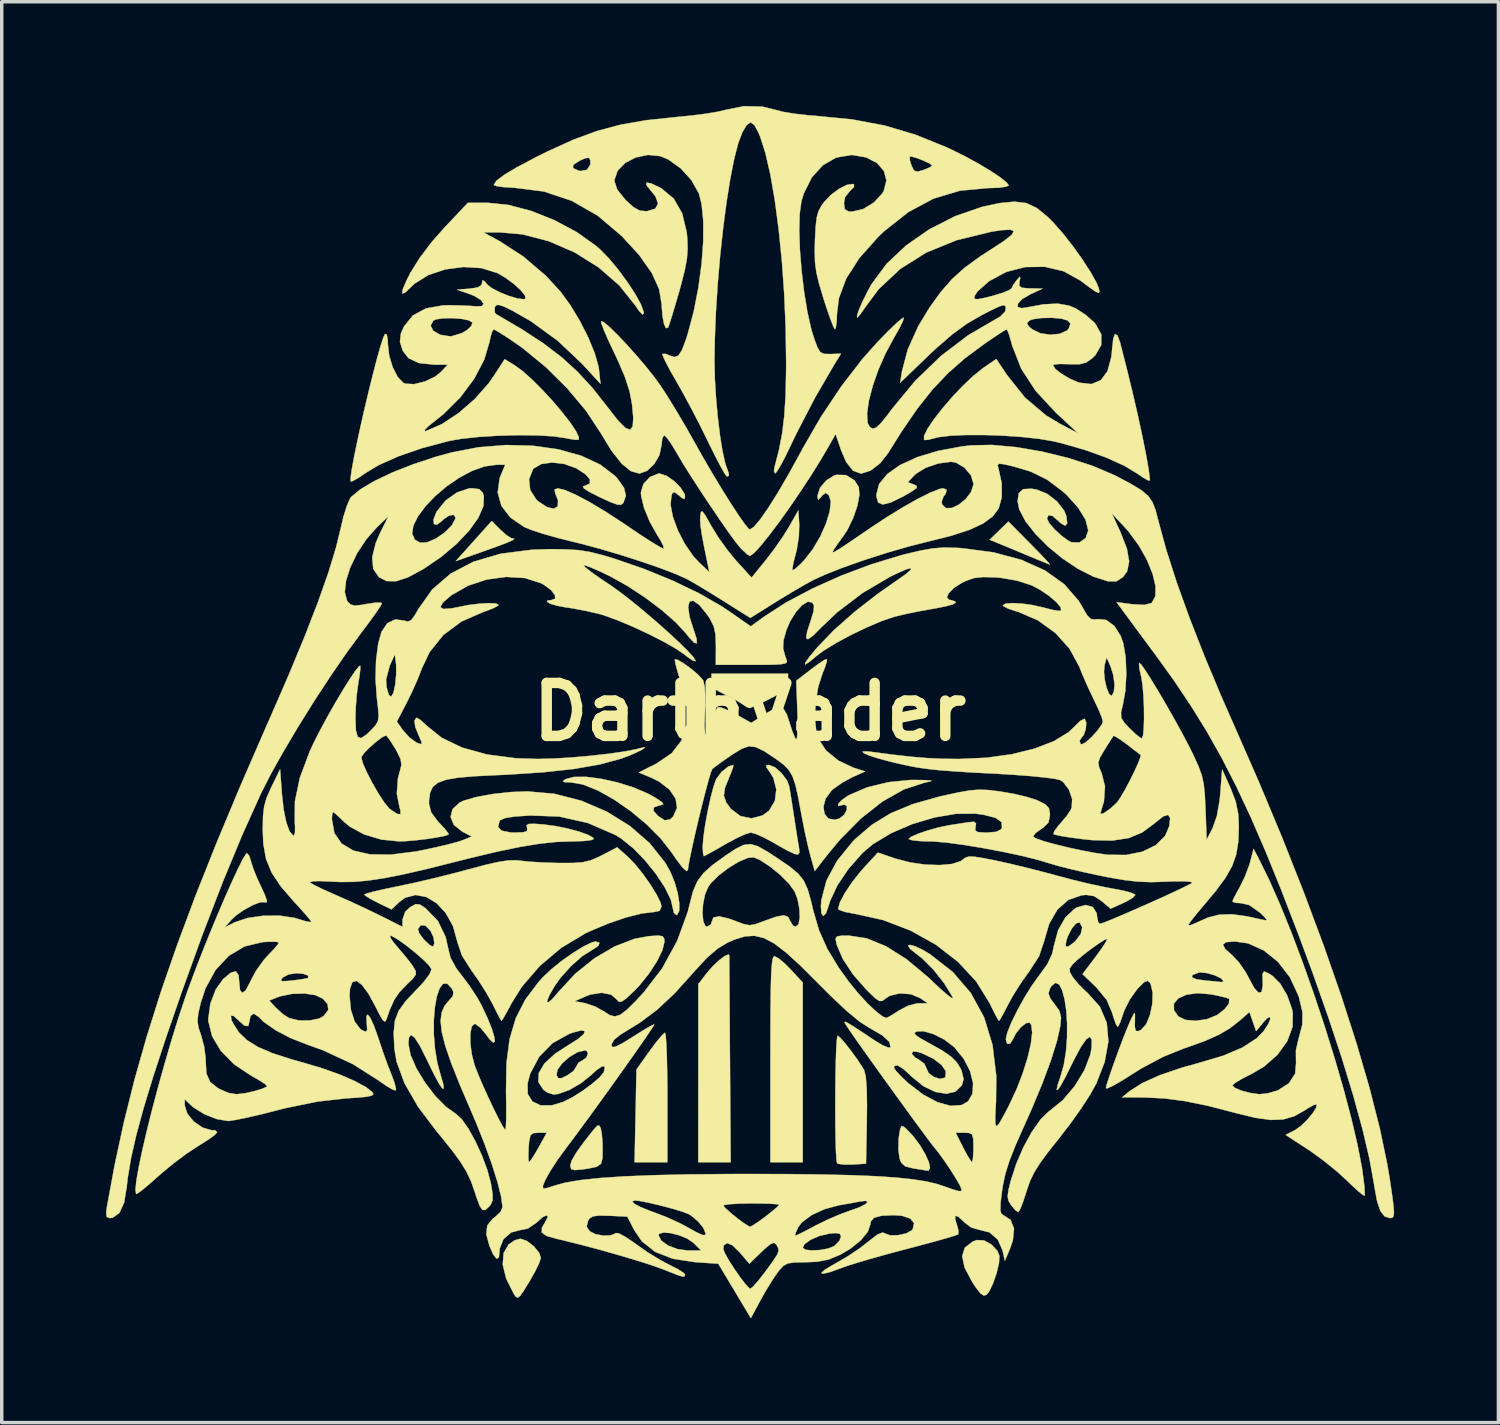
<source format=kicad_pcb>
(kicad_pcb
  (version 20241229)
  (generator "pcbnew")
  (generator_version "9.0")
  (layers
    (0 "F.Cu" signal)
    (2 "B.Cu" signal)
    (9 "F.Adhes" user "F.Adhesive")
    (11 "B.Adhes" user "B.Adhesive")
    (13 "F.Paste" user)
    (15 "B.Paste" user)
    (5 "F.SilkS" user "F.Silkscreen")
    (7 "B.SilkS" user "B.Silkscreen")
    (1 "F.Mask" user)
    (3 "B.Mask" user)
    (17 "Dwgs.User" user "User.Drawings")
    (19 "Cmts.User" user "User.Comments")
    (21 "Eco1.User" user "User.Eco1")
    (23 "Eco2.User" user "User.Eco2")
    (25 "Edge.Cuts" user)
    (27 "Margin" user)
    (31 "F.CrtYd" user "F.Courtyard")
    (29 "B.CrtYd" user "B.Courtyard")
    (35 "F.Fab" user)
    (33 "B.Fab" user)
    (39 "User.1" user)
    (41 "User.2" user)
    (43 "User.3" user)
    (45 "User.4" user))
  (footprint "DarthVader"
    (layer "F.Cu")
    (at 18.521 17.432)
    (property "Reference" "DarthVader" (at 0 0 0) (layer "F.SilkS") (effects (font (size 1.524 1.524) (thickness 0.3))))
    (attr through_hole)
    (fp_poly (pts (xy -7.178 -5.244) (xy -7.001 -5.088) (xy -6.864 -5.001) (xy -6.837 -4.995) (xy -6.773 -4.983) (xy -6.818 -4.943) (xy -6.985 -4.869) (xy -7.288 -4.754) (xy -7.641 -4.628) (xy -8.458 -4.34) (xy -7.942 -4.916) (xy -7.426 -5.492) (xy -7.178 -5.244)) (stroke (width 0.01) (type solid)) (fill yes) (layer "F.SilkS"))
    (fp_poly (pts (xy -2.419 9.309) (xy -2.402 9.535) (xy -2.387 9.882) (xy -2.377 10.326) (xy -2.371 10.842) (xy -2.371 11.091) (xy -2.371 12.954) (xy -3.314 12.954) (xy -3.26 10.287) (xy -2.884 9.758) (xy -2.696 9.506) (xy -2.541 9.319) (xy -2.448 9.231) (xy -2.439 9.229) (xy -2.419 9.309)) (stroke (width 0.01) (type solid)) (fill yes) (layer "F.SilkS"))
    (fp_poly (pts (xy 8.056 -4.855) (xy 8.307 -4.6) (xy 8.501 -4.397) (xy 8.615 -4.271) (xy 8.634 -4.241) (xy 8.542 -4.275) (xy 8.334 -4.359) (xy 8.05 -4.477) (xy 7.955 -4.516) (xy 7.626 -4.654) (xy 7.334 -4.775) (xy 7.133 -4.858) (xy 7.109 -4.868) (xy 6.9 -4.953) (xy 7.439 -5.477) (xy 8.056 -4.855)) (stroke (width 0.01) (type solid)) (fill yes) (layer "F.SilkS"))
    (fp_poly (pts (xy 0.825 7.086) (xy 1.007 7.238) (xy 1.175 7.406) (xy 1.524 7.786) (xy 1.524 12.954) (xy 0.593 12.954) (xy 0.593 9.991) (xy 0.594 9.186) (xy 0.597 8.536) (xy 0.603 8.025) (xy 0.613 7.638) (xy 0.627 7.36) (xy 0.645 7.176) (xy 0.669 7.071) (xy 0.699 7.029) (xy 0.709 7.027) (xy 0.825 7.086)) (stroke (width 0.01) (type solid)) (fill yes) (layer "F.SilkS"))
    (fp_poly (pts (xy 1.1 -0.868) (xy 1.068 -0.738) (xy 0.958 -0.61) (xy 0.75 -0.468) (xy 0.422 -0.3) (xy 0 -0.109) (xy -0.09 -0.141) (xy -0.212 -0.223) (xy -0.395 -0.339) (xy -0.65 -0.472) (xy -0.741 -0.513) (xy -0.973 -0.636) (xy -1.08 -0.76) (xy -1.101 -0.886) (xy -1.101 -1.101) (xy 1.101 -1.101) (xy 1.1 -0.868)) (stroke (width 0.01) (type solid)) (fill yes) (layer "F.SilkS"))
    (fp_poly (pts (xy -0.591 7.004) (xy -0.59 7.101) (xy -0.588 7.348) (xy -0.586 7.725) (xy -0.582 8.211) (xy -0.578 8.787) (xy -0.574 9.434) (xy -0.57 10.012) (xy -0.55 12.954) (xy -1.016 12.954) (xy -1.482 12.954) (xy -1.481 10.393) (xy -1.481 7.832) (xy -1.243 7.52) (xy -1.07 7.32) (xy -0.884 7.145) (xy -0.72 7.022) (xy -0.613 6.978) (xy -0.591 7.004)) (stroke (width 0.01) (type solid)) (fill yes) (layer "F.SilkS"))
    (fp_poly (pts (xy 6.74 15.205) (xy 6.96 15.326) (xy 7.128 15.512) (xy 7.182 15.653) (xy 7.169 15.861) (xy 7.102 16.143) (xy 7.002 16.434) (xy 6.89 16.668) (xy 6.815 16.765) (xy 6.733 16.793) (xy 6.634 16.727) (xy 6.494 16.544) (xy 6.396 16.394) (xy 6.18 15.986) (xy 6.11 15.661) (xy 6.185 15.415) (xy 6.407 15.242) (xy 6.53 15.194) (xy 6.74 15.205)) (stroke (width 0.01) (type solid)) (fill yes) (layer "F.SilkS"))
    (fp_poly (pts (xy -6.414 15.219) (xy -6.214 15.372) (xy -6.061 15.561) (xy -6.011 15.706) (xy -6.053 15.842) (xy -6.163 16.072) (xy -6.319 16.352) (xy -6.34 16.387) (xy -6.509 16.662) (xy -6.616 16.81) (xy -6.686 16.853) (xy -6.744 16.809) (xy -6.788 16.743) (xy -7.009 16.303) (xy -7.107 15.902) (xy -7.081 15.563) (xy -6.943 15.325) (xy -6.757 15.198) (xy -6.6 15.155) (xy -6.414 15.219)) (stroke (width 0.01) (type solid)) (fill yes) (layer "F.SilkS"))
    (fp_poly (pts (xy -4.289 11.977) (xy -4.257 12.141) (xy -4.237 12.403) (xy -4.233 12.583) (xy -4.239 12.846) (xy -4.281 13) (xy -4.397 13.083) (xy -4.622 13.133) (xy -4.805 13.16) (xy -5.032 13.182) (xy -5.137 13.155) (xy -5.165 13.065) (xy -5.165 13.052) (xy -5.124 12.906) (xy -4.994 12.682) (xy -4.765 12.364) (xy -4.505 12.034) (xy -4.388 11.905) (xy -4.325 11.905) (xy -4.289 11.977)) (stroke (width 0.01) (type solid)) (fill yes) (layer "F.SilkS"))
    (fp_poly (pts (xy 4.443 11.942) (xy 4.496 11.988) (xy 4.705 12.209) (xy 4.895 12.464) (xy 5.048 12.722) (xy 5.15 12.95) (xy 5.186 13.119) (xy 5.139 13.197) (xy 5.096 13.196) (xy 4.982 13.176) (xy 4.77 13.143) (xy 4.705 13.132) (xy 4.475 13.076) (xy 4.357 12.97) (xy 4.306 12.834) (xy 4.276 12.59) (xy 4.283 12.291) (xy 4.291 12.218) (xy 4.327 11.995) (xy 4.37 11.912) (xy 4.443 11.942)) (stroke (width 0.01) (type solid)) (fill yes) (layer "F.SilkS"))
    (fp_poly (pts (xy 2.607 9.377) (xy 2.749 9.54) (xy 2.923 9.763) (xy 3.098 10.004) (xy 3.242 10.224) (xy 3.29 10.307) (xy 3.336 10.484) (xy 3.363 10.812) (xy 3.372 11.298) (xy 3.368 11.746) (xy 3.344 12.996) (xy 2.96 13.021) (xy 2.716 13.024) (xy 2.547 13.001) (xy 2.513 12.984) (xy 2.494 12.885) (xy 2.479 12.65) (xy 2.469 12.308) (xy 2.462 11.891) (xy 2.46 11.426) (xy 2.461 10.945) (xy 2.466 10.476) (xy 2.475 10.049) (xy 2.487 9.695) (xy 2.503 9.442) (xy 2.522 9.32) (xy 2.528 9.313) (xy 2.607 9.377)) (stroke (width 0.01) (type solid)) (fill yes) (layer "F.SilkS"))
    (fp_poly (pts (xy 0.723 1.592) (xy 0.914 1.76) (xy 1.07 1.972) (xy 1.132 2.131) (xy 1.163 2.307) (xy 1.209 2.595) (xy 1.262 2.937) (xy 1.272 3.006) (xy 1.327 3.359) (xy 1.376 3.675) (xy 1.413 3.893) (xy 1.417 3.917) (xy 1.429 4.043) (xy 1.393 4.101) (xy 1.287 4.086) (xy 1.088 3.992) (xy 0.774 3.816) (xy 0.663 3.751) (xy 0.391 3.606) (xy 0.158 3.505) (xy 0.027 3.471) (xy -0.118 3.512) (xy -0.359 3.621) (xy -0.65 3.776) (xy -0.709 3.81) (xy -0.984 3.969) (xy -1.198 4.087) (xy -1.313 4.146) (xy -1.322 4.149) (xy -1.344 4.075) (xy -1.355 3.895) (xy -1.355 3.88) (xy -1.335 3.614) (xy -1.284 3.255) (xy -1.211 2.856) (xy -1.127 2.469) (xy -1.042 2.144) (xy -0.967 1.934) (xy -0.964 1.929) (xy -0.814 1.727) (xy -0.624 1.575) (xy -0.475 1.524) (xy -0.481 1.592) (xy -0.544 1.766) (xy -0.595 1.884) (xy -0.717 2.191) (xy -0.746 2.412) (xy -0.679 2.604) (xy -0.543 2.788) (xy -0.27 2.996) (xy 0.047 3.061) (xy 0.363 2.98) (xy 0.554 2.84) (xy 0.721 2.563) (xy 0.763 2.229) (xy 0.679 1.897) (xy 0.587 1.747) (xy 0.479 1.596) (xy 0.481 1.534) (xy 0.548 1.524) (xy 0.723 1.592)) (stroke (width 0.01) (type solid)) (fill yes) (layer "F.SilkS"))
    (fp_poly (pts (xy 4.209 4.225) (xy 4.618 4.331) (xy 5.052 4.392) (xy 5.467 4.406) (xy 5.82 4.374) (xy 6.067 4.293) (xy 6.115 4.258) (xy 6.201 4.193) (xy 6.301 4.161) (xy 6.454 4.164) (xy 6.698 4.202) (xy 7.046 4.27) (xy 7.461 4.361) (xy 7.964 4.482) (xy 8.481 4.614) (xy 8.805 4.702) (xy 9.27 4.825) (xy 9.753 4.942) (xy 10.188 5.036) (xy 10.441 5.083) (xy 10.748 5.142) (xy 10.976 5.203) (xy 11.087 5.255) (xy 11.091 5.265) (xy 11.021 5.343) (xy 10.843 5.45) (xy 10.736 5.501) (xy 10.381 5.66) (xy 10.127 5.446) (xy 9.906 5.299) (xy 9.68 5.263) (xy 9.544 5.276) (xy 9.164 5.408) (xy 8.849 5.688) (xy 8.611 6.102) (xy 8.469 6.593) (xy 8.324 7.026) (xy 8.042 7.463) (xy 8.038 7.467) (xy 7.801 7.799) (xy 7.564 8.176) (xy 7.442 8.399) (xy 7.312 8.65) (xy 7.213 8.827) (xy 7.169 8.89) (xy 7.122 8.82) (xy 7.026 8.636) (xy 6.899 8.377) (xy 6.895 8.369) (xy 6.513 7.753) (xy 5.991 7.19) (xy 5.354 6.697) (xy 4.628 6.291) (xy 3.837 5.988) (xy 3.007 5.805) (xy 2.985 5.802) (xy 2.737 5.754) (xy 2.575 5.697) (xy 2.54 5.661) (xy 2.594 5.476) (xy 2.737 5.208) (xy 2.945 4.898) (xy 3.191 4.586) (xy 3.278 4.488) (xy 3.683 4.048) (xy 4.209 4.225)) (stroke (width 0.01) (type solid)) (fill yes) (layer "F.SilkS"))
    (fp_poly (pts (xy -3.519 4.155) (xy -3.31 4.37) (xy -3.082 4.651) (xy -2.864 4.958) (xy -2.683 5.25) (xy -2.567 5.486) (xy -2.54 5.598) (xy -2.593 5.722) (xy -2.761 5.757) (xy -3.111 5.799) (xy -3.563 5.913) (xy -4.074 6.088) (xy -4.6 6.309) (xy -4.741 6.376) (xy -5.424 6.786) (xy -6.042 7.308) (xy -6.557 7.906) (xy -6.842 8.361) (xy -6.982 8.621) (xy -7.089 8.81) (xy -7.14 8.889) (xy -7.142 8.89) (xy -7.186 8.82) (xy -7.282 8.639) (xy -7.397 8.41) (xy -7.582 8.074) (xy -7.818 7.704) (xy -7.994 7.457) (xy -8.28 7.01) (xy -8.415 6.61) (xy -8.415 6.607) (xy -8.538 6.162) (xy -8.743 5.79) (xy -9.006 5.506) (xy -9.304 5.326) (xy -9.613 5.266) (xy -9.911 5.343) (xy -10.08 5.466) (xy -10.306 5.682) (xy -10.699 5.491) (xy -10.921 5.375) (xy -11.063 5.285) (xy -11.091 5.254) (xy -11.013 5.22) (xy -10.802 5.163) (xy -10.49 5.092) (xy -10.139 5.019) (xy -9.661 4.918) (xy -9.098 4.787) (xy -8.523 4.644) (xy -8.086 4.527) (xy -7.588 4.395) (xy -7.216 4.312) (xy -6.936 4.271) (xy -6.714 4.268) (xy -6.604 4.28) (xy -6.339 4.308) (xy -5.973 4.33) (xy -5.572 4.344) (xy -5.461 4.346) (xy -5.072 4.345) (xy -4.795 4.322) (xy -4.573 4.268) (xy -4.35 4.172) (xy -4.257 4.125) (xy -3.816 3.895) (xy -3.519 4.155)) (stroke (width 0.01) (type solid)) (fill yes) (layer "F.SilkS"))
    (fp_poly (pts (xy 2.217 -1.455) (xy 2.162 -1.278) (xy 2.098 -1.122) (xy 1.969 -0.723) (xy 1.893 -0.263) (xy 1.874 0.197) (xy 1.918 0.596) (xy 1.971 0.772) (xy 2.194 1.109) (xy 2.544 1.397) (xy 2.978 1.603) (xy 2.994 1.608) (xy 3.32 1.712) (xy 2.951 1.877) (xy 2.668 2.03) (xy 2.41 2.211) (xy 2.349 2.264) (xy 2.182 2.493) (xy 2.12 2.727) (xy 2.15 2.931) (xy 2.264 3.068) (xy 2.45 3.103) (xy 2.585 3.062) (xy 2.716 2.959) (xy 2.789 2.825) (xy 2.794 2.71) (xy 2.72 2.666) (xy 2.667 2.679) (xy 2.548 2.702) (xy 2.543 2.649) (xy 2.636 2.546) (xy 2.807 2.422) (xy 2.864 2.389) (xy 3.379 2.169) (xy 3.988 2.02) (xy 4.627 1.957) (xy 4.78 1.957) (xy 5.079 1.963) (xy 5.222 1.973) (xy 5.224 1.99) (xy 5.097 2.021) (xy 5.023 2.036) (xy 4.431 2.23) (xy 3.817 2.577) (xy 3.197 3.066) (xy 2.587 3.683) (xy 2.216 4.131) (xy 1.869 4.579) (xy 1.743 4.131) (xy 1.668 3.833) (xy 1.581 3.442) (xy 1.5 3.028) (xy 1.48 2.921) (xy 1.391 2.441) (xy 1.312 2.094) (xy 1.227 1.848) (xy 1.12 1.667) (xy 0.976 1.52) (xy 0.778 1.371) (xy 0.74 1.345) (xy 0.413 1.128) (xy 0.174 1.011) (xy -0.024 0.988) (xy -0.225 1.056) (xy -0.478 1.21) (xy -0.517 1.236) (xy -0.771 1.412) (xy -0.978 1.562) (xy -1.08 1.644) (xy -1.121 1.744) (xy -1.19 1.976) (xy -1.279 2.306) (xy -1.379 2.702) (xy -1.483 3.128) (xy -1.583 3.553) (xy -1.669 3.942) (xy -1.735 4.261) (xy -1.773 4.478) (xy -1.778 4.539) (xy -1.817 4.58) (xy -1.93 4.482) (xy -2.106 4.254) (xy -2.244 4.051) (xy -2.561 3.643) (xy -2.964 3.238) (xy -3.421 2.857) (xy -3.9 2.524) (xy -4.37 2.26) (xy -4.798 2.088) (xy -5.135 2.029) (xy -5.332 2.021) (xy -5.38 1.993) (xy -5.301 1.934) (xy -5.058 1.869) (xy -4.702 1.868) (xy -4.272 1.924) (xy -3.807 2.028) (xy -3.347 2.172) (xy -2.931 2.349) (xy -2.709 2.473) (xy -2.532 2.592) (xy -2.486 2.653) (xy -2.559 2.684) (xy -2.603 2.691) (xy -2.763 2.747) (xy -2.768 2.848) (xy -2.639 2.993) (xy -2.447 3.118) (xy -2.291 3.091) (xy -2.201 3.005) (xy -2.093 2.761) (xy -2.133 2.496) (xy -2.309 2.236) (xy -2.607 2.005) (xy -2.836 1.891) (xy -3.195 1.743) (xy -2.684 1.485) (xy -2.249 1.19) (xy -1.96 0.817) (xy -1.818 0.362) (xy -1.82 -0.178) (xy -1.966 -0.805) (xy -1.979 -0.845) (xy -2.074 -1.146) (xy -2.137 -1.379) (xy -2.158 -1.504) (xy -2.155 -1.514) (xy -2.067 -1.496) (xy -1.899 -1.396) (xy -1.696 -1.249) (xy -1.504 -1.087) (xy -1.367 -0.944) (xy -1.339 -0.902) (xy -1.297 -0.723) (xy -1.28 -0.412) (xy -1.29 -0.005) (xy -1.291 0.013) (xy -1.302 0.395) (xy -1.287 0.624) (xy -1.248 0.694) (xy -1.186 0.604) (xy -1.106 0.35) (xy -1.09 0.29) (xy -1.018 0.054) (xy -0.945 -0.105) (xy -0.918 -0.135) (xy -0.809 -0.122) (xy -0.604 -0.039) (xy -0.4 0.066) (xy 0.042 0.315) (xy 0.339 0.123) (xy 0.641 -0.059) (xy 0.841 -0.132) (xy 0.973 -0.087) (xy 1.07 0.081) (xy 1.137 0.289) (xy 1.221 0.548) (xy 1.297 0.734) (xy 1.336 0.793) (xy 1.36 0.732) (xy 1.374 0.534) (xy 1.376 0.235) (xy 1.369 -0.031) (xy 1.337 -0.895) (xy 1.741 -1.209) (xy 1.965 -1.376) (xy 2.138 -1.491) (xy 2.21 -1.524) (xy 2.217 -1.455)) (stroke (width 0.01) (type solid)) (fill yes) (layer "F.SilkS"))
    (fp_poly (pts (xy 0.361 -17.415) (xy 0.739 -17.321) (xy 0.964 -17.263) (xy 1.302 -17.208) (xy 1.697 -17.164) (xy 1.905 -17.148) (xy 2.94 -17.047) (xy 3.874 -16.872) (xy 4.764 -16.608) (xy 5.668 -16.242) (xy 5.812 -16.175) (xy 6.206 -15.979) (xy 6.591 -15.768) (xy 6.936 -15.56) (xy 7.214 -15.374) (xy 7.395 -15.228) (xy 7.451 -15.147) (xy 7.373 -15.11) (xy 7.169 -15.082) (xy 6.88 -15.071) (xy 6.85 -15.071) (xy 6.043 -14.995) (xy 5.283 -14.766) (xy 4.56 -14.379) (xy 3.864 -13.829) (xy 3.686 -13.657) (xy 3.147 -13.051) (xy 2.774 -12.467) (xy 2.563 -11.899) (xy 2.51 -11.472) (xy 2.498 -11.217) (xy 2.473 -11.048) (xy 2.451 -11.007) (xy 2.406 -11.082) (xy 2.325 -11.287) (xy 2.22 -11.588) (xy 2.122 -11.89) (xy 1.995 -12.315) (xy 1.916 -12.643) (xy 1.877 -12.937) (xy 1.868 -13.259) (xy 1.875 -13.569) (xy 1.895 -13.957) (xy 1.926 -14.223) (xy 1.979 -14.411) (xy 2.065 -14.569) (xy 2.132 -14.662) (xy 2.333 -14.874) (xy 2.57 -15.05) (xy 2.797 -15.165) (xy 2.968 -15.189) (xy 2.997 -15.177) (xy 2.998 -15.101) (xy 2.894 -15.003) (xy 2.738 -14.804) (xy 2.709 -14.637) (xy 2.733 -14.461) (xy 2.839 -14.399) (xy 2.942 -14.394) (xy 3.259 -14.466) (xy 3.571 -14.656) (xy 3.814 -14.92) (xy 3.855 -14.991) (xy 3.931 -15.291) (xy 3.858 -15.566) (xy 3.657 -15.795) (xy 3.347 -15.955) (xy 3.219 -15.976) (xy 4.603 -15.976) (xy 4.603 -15.881) (xy 4.651 -15.721) (xy 4.725 -15.574) (xy 4.83 -15.544) (xy 4.992 -15.59) (xy 5.169 -15.662) (xy 5.249 -15.716) (xy 5.249 -15.718) (xy 5.179 -15.775) (xy 5.013 -15.855) (xy 4.818 -15.931) (xy 4.658 -15.977) (xy 4.603 -15.976) (xy 3.219 -15.976) (xy 2.949 -16.022) (xy 2.919 -16.023) (xy 2.486 -15.949) (xy 2.101 -15.727) (xy 1.782 -15.374) (xy 1.551 -14.909) (xy 1.485 -14.69) (xy 1.436 -14.335) (xy 1.423 -13.857) (xy 1.442 -13.294) (xy 1.491 -12.686) (xy 1.564 -12.075) (xy 1.659 -11.5) (xy 1.772 -11.001) (xy 1.848 -10.753) (xy 1.944 -10.492) (xy 2.027 -10.354) (xy 2.134 -10.301) (xy 2.305 -10.296) (xy 2.317 -10.297) (xy 2.624 -10.306) (xy 2.435 -10) (xy 1.874 -9.035) (xy 1.344 -8.014) (xy 1.185 -7.682) (xy 1.023 -7.347) (xy 0.88 -7.078) (xy 0.775 -6.907) (xy 0.731 -6.862) (xy 0.695 -6.927) (xy 0.713 -7.048) (xy 0.839 -7.533) (xy 0.931 -8.01) (xy 0.993 -8.52) (xy 1.03 -9.103) (xy 1.045 -9.801) (xy 1.046 -10.075) (xy 1.032 -11.054) (xy 0.99 -12.031) (xy 0.922 -12.983) (xy 0.831 -13.886) (xy 0.72 -14.719) (xy 0.592 -15.457) (xy 0.45 -16.077) (xy 0.296 -16.557) (xy 0.26 -16.644) (xy 0.132 -16.885) (xy 0.022 -16.962) (xy -0.094 -16.877) (xy -0.213 -16.676) (xy -0.33 -16.371) (xy -0.447 -15.92) (xy -0.56 -15.347) (xy -0.667 -14.677) (xy -0.765 -13.933) (xy -0.851 -13.14) (xy -0.922 -12.32) (xy -0.975 -11.499) (xy -1.007 -10.699) (xy -1.016 -10.061) (xy -1.004 -9.566) (xy -0.97 -9.024) (xy -0.92 -8.474) (xy -0.857 -7.956) (xy -0.786 -7.51) (xy -0.712 -7.176) (xy -0.679 -7.073) (xy -0.609 -6.877) (xy -0.602 -6.792) (xy -0.653 -6.773) (xy -0.656 -6.773) (xy -0.715 -6.845) (xy -0.829 -7.043) (xy -0.983 -7.336) (xy -1.163 -7.698) (xy -1.2 -7.775) (xy -1.431 -8.244) (xy -1.689 -8.742) (xy -1.94 -9.206) (xy -2.117 -9.518) (xy -2.296 -9.831) (xy -2.431 -10.087) (xy -2.505 -10.254) (xy -2.512 -10.301) (xy -2.414 -10.3) (xy -2.31 -10.257) (xy -2.168 -10.209) (xy -2.055 -10.252) (xy -1.952 -10.409) (xy -1.841 -10.7) (xy -1.785 -10.876) (xy -1.612 -11.524) (xy -1.479 -12.207) (xy -1.387 -12.891) (xy -1.339 -13.543) (xy -1.338 -14.129) (xy -1.387 -14.615) (xy -1.465 -14.917) (xy -1.678 -15.297) (xy -1.986 -15.638) (xy -2.34 -15.892) (xy -2.576 -15.99) (xy -2.933 -16.025) (xy -3.282 -15.952) (xy -3.585 -15.794) (xy -3.802 -15.571) (xy -3.894 -15.304) (xy -3.895 -15.276) (xy -3.815 -15.03) (xy -3.577 -14.733) (xy -3.56 -14.716) (xy -3.339 -14.516) (xy -3.163 -14.422) (xy -2.978 -14.406) (xy -2.947 -14.409) (xy -2.719 -14.479) (xy -2.64 -14.622) (xy -2.71 -14.827) (xy -2.844 -14.994) (xy -2.975 -15.158) (xy -2.971 -15.229) (xy -2.839 -15.206) (xy -2.588 -15.087) (xy -2.54 -15.061) (xy -2.188 -14.768) (xy -1.946 -14.347) (xy -1.814 -13.8) (xy -1.798 -13.63) (xy -1.788 -13.334) (xy -1.808 -13.049) (xy -1.867 -12.724) (xy -1.971 -12.311) (xy -2.03 -12.097) (xy -2.142 -11.713) (xy -2.24 -11.387) (xy -2.314 -11.156) (xy -2.352 -11.055) (xy -2.411 -11.039) (xy -2.467 -11.159) (xy -2.511 -11.384) (xy -2.534 -11.68) (xy -2.535 -11.726) (xy -2.609 -12.166) (xy -2.822 -12.633) (xy -3.179 -13.14) (xy -3.675 -13.683) (xy -4.371 -14.274) (xy -5.12 -14.704) (xy -5.923 -14.973) (xy -6.778 -15.081) (xy -6.795 -15.081) (xy -7.081 -15.098) (xy -7.286 -15.127) (xy -7.366 -15.162) (xy -7.366 -15.163) (xy -7.291 -15.28) (xy -7.066 -15.451) (xy -6.737 -15.647) (xy -5.086 -15.647) (xy -4.931 -15.576) (xy -4.868 -15.562) (xy -4.686 -15.595) (xy -4.587 -15.743) (xy -4.587 -15.874) (xy -4.628 -15.943) (xy -4.733 -15.93) (xy -4.894 -15.859) (xy -5.074 -15.742) (xy -5.086 -15.647) (xy -6.737 -15.647) (xy -6.688 -15.676) (xy -6.155 -15.958) (xy -5.8 -16.134) (xy -5.073 -16.464) (xy -4.396 -16.713) (xy -3.715 -16.895) (xy -2.975 -17.024) (xy -2.122 -17.114) (xy -2.117 -17.115) (xy -1.672 -17.159) (xy -1.253 -17.213) (xy -0.909 -17.27) (xy -0.696 -17.321) (xy -0.171 -17.427) (xy 0.361 -17.415)) (stroke (width 0.01) (type solid)) (fill yes) (layer "F.SilkS"))
    (fp_poly (pts (xy 7.656 -7.619) (xy 8.404 -7.491) (xy 9.157 -7.308) (xy 9.866 -7.079) (xy 10.486 -6.815) (xy 10.571 -6.772) (xy 10.979 -6.554) (xy 11.264 -6.381) (xy 11.456 -6.221) (xy 11.582 -6.044) (xy 11.671 -5.818) (xy 11.752 -5.511) (xy 11.765 -5.459) (xy 11.984 -4.656) (xy 12.282 -3.729) (xy 12.653 -2.7) (xy 13.087 -1.591) (xy 13.577 -0.422) (xy 13.931 0.381) (xy 14.649 2.017) (xy 15.322 3.628) (xy 15.944 5.201) (xy 16.511 6.722) (xy 17.018 8.175) (xy 17.459 9.547) (xy 17.831 10.823) (xy 18.127 11.989) (xy 18.344 13.03) (xy 18.413 13.446) (xy 18.479 13.897) (xy 18.519 14.207) (xy 18.533 14.402) (xy 18.521 14.509) (xy 18.483 14.554) (xy 18.421 14.563) (xy 18.264 14.514) (xy 18.142 14.357) (xy 18.046 14.07) (xy 17.966 13.636) (xy 17.958 13.582) (xy 17.831 12.871) (xy 17.632 12.022) (xy 17.365 11.047) (xy 17.034 9.961) (xy 16.642 8.777) (xy 16.194 7.507) (xy 15.764 6.35) (xy 15.285 5.11) (xy 14.838 4.011) (xy 14.413 3.03) (xy 13.998 2.144) (xy 13.58 1.329) (xy 13.149 0.564) (xy 12.692 -0.175) (xy 12.199 -0.91) (xy 11.656 -1.664) (xy 11.615 -1.719) (xy 11.341 -2.088) (xy 11.089 -2.428) (xy 10.884 -2.706) (xy 10.749 -2.889) (xy 10.732 -2.913) (xy 10.553 -3.158) (xy 10.999 -3.099) (xy 11.354 -3.079) (xy 11.556 -3.132) (xy 11.565 -3.139) (xy 11.669 -3.329) (xy 11.673 -3.618) (xy 11.588 -3.978) (xy 11.424 -4.378) (xy 11.192 -4.789) (xy 10.903 -5.182) (xy 10.789 -5.311) (xy 10.414 -5.715) (xy 10.668 -5.165) (xy 10.85 -4.696) (xy 10.914 -4.329) (xy 10.858 -4.048) (xy 10.744 -3.886) (xy 10.555 -3.759) (xy 10.323 -3.756) (xy 10.299 -3.76) (xy 9.884 -3.893) (xy 9.441 -4.119) (xy 8.997 -4.415) (xy 8.579 -4.758) (xy 8.215 -5.124) (xy 7.93 -5.488) (xy 7.752 -5.826) (xy 7.705 -6.064) (xy 7.74 -6.295) (xy 7.864 -6.409) (xy 8.101 -6.422) (xy 8.25 -6.399) (xy 8.554 -6.277) (xy 8.838 -6.057) (xy 9.046 -5.79) (xy 9.107 -5.639) (xy 9.133 -5.426) (xy 9.074 -5.356) (xy 8.94 -5.435) (xy 8.886 -5.488) (xy 8.709 -5.639) (xy 8.591 -5.66) (xy 8.551 -5.562) (xy 8.613 -5.435) (xy 8.767 -5.256) (xy 8.965 -5.072) (xy 9.161 -4.928) (xy 9.256 -4.881) (xy 9.485 -4.876) (xy 9.663 -5.002) (xy 9.737 -5.218) (xy 9.737 -5.221) (xy 9.662 -5.527) (xy 9.448 -5.876) (xy 9.112 -6.246) (xy 9.01 -6.339) (xy 8.561 -6.678) (xy 8.086 -6.914) (xy 7.555 -7.071) (xy 7.296 -7.129) (xy 7.166 -7.14) (xy 7.131 -7.1) (xy 7.156 -7) (xy 7.157 -6.997) (xy 7.248 -6.579) (xy 7.25 -6.179) (xy 7.164 -5.86) (xy 7.162 -5.856) (xy 6.989 -5.625) (xy 6.716 -5.423) (xy 6.324 -5.24) (xy 5.795 -5.068) (xy 5.204 -4.92) (xy 4.596 -4.766) (xy 3.943 -4.578) (xy 3.288 -4.368) (xy 2.677 -4.152) (xy 2.153 -3.945) (xy 1.839 -3.801) (xy 1.609 -3.677) (xy 1.289 -3.491) (xy 0.931 -3.276) (xy 0.749 -3.163) (xy 0.016 -2.705) (xy -0.775 -3.202) (xy -1.126 -3.42) (xy -1.449 -3.616) (xy -1.703 -3.765) (xy -1.82 -3.829) (xy -2.139 -3.971) (xy -2.582 -4.14) (xy -3.11 -4.323) (xy -3.683 -4.507) (xy -4.261 -4.679) (xy -4.805 -4.827) (xy -5.081 -4.895) (xy -5.52 -5.004) (xy -5.933 -5.121) (xy -6.272 -5.231) (xy -6.491 -5.32) (xy -6.89 -5.595) (xy -7.147 -5.931) (xy -7.252 -6.311) (xy -7.198 -6.715) (xy -7.166 -6.802) (xy -7.036 -7.112) (xy -7.282 -7.112) (xy -7.628 -7.064) (xy -7.994 -6.933) (xy -8.364 -6.735) (xy -8.722 -6.489) (xy -9.049 -6.211) (xy -9.329 -5.918) (xy -9.544 -5.629) (xy -9.679 -5.361) (xy -9.715 -5.13) (xy -9.635 -4.955) (xy -9.483 -4.868) (xy -9.28 -4.879) (xy -9.027 -4.989) (xy -8.775 -5.163) (xy -8.573 -5.366) (xy -8.471 -5.56) (xy -8.467 -5.599) (xy -8.523 -5.671) (xy -8.656 -5.646) (xy -8.814 -5.538) (xy -8.849 -5.501) (xy -8.999 -5.386) (xy -9.087 -5.406) (xy -9.099 -5.534) (xy -9.019 -5.743) (xy -9.002 -5.772) (xy -8.751 -6.082) (xy -8.428 -6.312) (xy -8.087 -6.428) (xy -7.99 -6.435) (xy -7.785 -6.41) (xy -7.684 -6.31) (xy -7.651 -6.208) (xy -7.662 -5.926) (xy -7.807 -5.589) (xy -8.071 -5.219) (xy -8.435 -4.834) (xy -8.882 -4.457) (xy -9.396 -4.108) (xy -9.397 -4.107) (xy -9.832 -3.873) (xy -10.175 -3.76) (xy -10.449 -3.765) (xy -10.669 -3.878) (xy -10.833 -4.116) (xy -10.863 -4.448) (xy -10.759 -4.867) (xy -10.628 -5.166) (xy -10.396 -5.63) (xy -10.738 -5.301) (xy -11.04 -4.957) (xy -11.296 -4.567) (xy -11.492 -4.162) (xy -11.615 -3.778) (xy -11.652 -3.447) (xy -11.589 -3.203) (xy -11.575 -3.183) (xy -11.485 -3.09) (xy -11.365 -3.059) (xy -11.16 -3.08) (xy -11.019 -3.107) (xy -10.776 -3.143) (xy -10.618 -3.144) (xy -10.583 -3.124) (xy -10.632 -3.033) (xy -10.764 -2.838) (xy -10.958 -2.57) (xy -11.166 -2.293) (xy -11.598 -1.704) (xy -12.062 -1.03) (xy -12.535 -0.307) (xy -12.994 0.428) (xy -13.417 1.14) (xy -13.781 1.791) (xy -14.063 2.345) (xy -14.066 2.351) (xy -14.605 3.548) (xy -15.167 4.906) (xy -15.749 6.418) (xy -16.35 8.079) (xy -16.819 9.44) (xy -17.162 10.487) (xy -17.438 11.393) (xy -17.65 12.173) (xy -17.802 12.841) (xy -17.897 13.41) (xy -17.925 13.666) (xy -18.001 14.119) (xy -18.136 14.414) (xy -18.33 14.552) (xy -18.419 14.563) (xy -18.501 14.528) (xy -18.516 14.399) (xy -18.496 14.245) (xy -18.27 13.02) (xy -18.007 11.804) (xy -17.701 10.579) (xy -17.346 9.33) (xy -16.938 8.038) (xy -16.469 6.688) (xy -15.936 5.261) (xy -15.331 3.743) (xy -14.65 2.115) (xy -13.887 0.361) (xy -13.81 0.188) (xy -13.263 -1.069) (xy -12.801 -2.185) (xy -12.421 -3.165) (xy -12.122 -4.013) (xy -11.903 -4.733) (xy -11.775 -5.26) (xy -11.69 -5.617) (xy -11.594 -5.925) (xy -11.503 -6.135) (xy -11.471 -6.182) (xy -11.202 -6.405) (xy -10.796 -6.645) (xy -10.283 -6.889) (xy -9.69 -7.123) (xy -9.048 -7.336) (xy -8.598 -7.461) (xy -7.805 -7.615) (xy -7.008 -7.679) (xy -6.234 -7.658) (xy -5.509 -7.555) (xy -4.857 -7.373) (xy -4.305 -7.118) (xy -3.879 -6.793) (xy -3.816 -6.725) (xy -3.619 -6.45) (xy -3.564 -6.222) (xy -3.637 -6.014) (xy -3.699 -5.961) (xy -3.809 -5.965) (xy -4 -6.033) (xy -4.305 -6.173) (xy -4.325 -6.183) (xy -4.624 -6.334) (xy -4.777 -6.433) (xy -4.799 -6.488) (xy -4.749 -6.505) (xy -4.603 -6.571) (xy -4.6 -6.69) (xy -4.73 -6.841) (xy -4.982 -7.004) (xy -4.995 -7.012) (xy -5.341 -7.136) (xy -5.692 -7.176) (xy -6 -7.131) (xy -6.217 -7.004) (xy -6.239 -6.977) (xy -6.351 -6.693) (xy -6.318 -6.389) (xy -6.146 -6.114) (xy -6.09 -6.061) (xy -5.834 -5.893) (xy -5.639 -5.847) (xy -5.525 -5.915) (xy -5.517 -6.086) (xy -5.591 -6.271) (xy -5.618 -6.398) (xy -5.521 -6.433) (xy -5.313 -6.382) (xy -5.007 -6.249) (xy -4.616 -6.042) (xy -4.154 -5.766) (xy -3.634 -5.427) (xy -3.513 -5.344) (xy -3.155 -5.102) (xy -2.847 -4.903) (xy -2.616 -4.763) (xy -2.488 -4.699) (xy -2.471 -4.697) (xy -2.49 -4.784) (xy -2.583 -4.962) (xy -2.661 -5.087) (xy -2.877 -5.469) (xy -3.04 -5.864) (xy -3.125 -6.212) (xy -3.133 -6.318) (xy -3.058 -6.561) (xy -2.871 -6.759) (xy -2.63 -6.856) (xy -2.589 -6.858) (xy -2.4 -6.797) (xy -2.183 -6.647) (xy -1.991 -6.454) (xy -1.875 -6.268) (xy -1.863 -6.203) (xy -1.88 -6.122) (xy -1.956 -6.157) (xy -2.03 -6.221) (xy -2.156 -6.321) (xy -2.219 -6.303) (xy -2.252 -6.231) (xy -2.28 -5.965) (xy -2.213 -5.614) (xy -2.069 -5.221) (xy -1.865 -4.827) (xy -1.619 -4.475) (xy -1.46 -4.303) (xy -1.164 -4.022) (xy -1.216 -4.276) (xy -1.315 -4.758) (xy -1.38 -5.106) (xy -1.416 -5.352) (xy -1.429 -5.525) (xy -1.423 -5.656) (xy -1.402 -5.76) (xy -1.36 -5.766) (xy -1.28 -5.658) (xy -1.145 -5.419) (xy -1.111 -5.357) (xy -0.897 -5.011) (xy -0.626 -4.635) (xy -0.387 -4.347) (xy 0.051 -3.865) (xy 0.46 -4.367) (xy 0.71 -4.694) (xy 0.958 -5.052) (xy 1.133 -5.334) (xy 1.397 -5.8) (xy 1.423 -5.392) (xy 1.413 -5.057) (xy 1.356 -4.688) (xy 1.321 -4.549) (xy 1.256 -4.3) (xy 1.226 -4.125) (xy 1.23 -4.076) (xy 1.302 -4.112) (xy 1.448 -4.243) (xy 1.568 -4.368) (xy 1.815 -4.686) (xy 2.029 -5.05) (xy 2.195 -5.424) (xy 2.3 -5.771) (xy 2.331 -6.055) (xy 2.275 -6.236) (xy 2.183 -6.303) (xy 2.087 -6.23) (xy 2.066 -6.203) (xy 1.979 -6.104) (xy 1.953 -6.152) (xy 1.95 -6.228) (xy 2.019 -6.446) (xy 2.197 -6.657) (xy 2.431 -6.803) (xy 2.492 -6.822) (xy 2.771 -6.813) (xy 3.01 -6.665) (xy 3.136 -6.468) (xy 3.154 -6.241) (xy 3.094 -5.925) (xy 2.972 -5.572) (xy 2.805 -5.231) (xy 2.685 -5.05) (xy 2.537 -4.846) (xy 2.427 -4.685) (xy 2.415 -4.665) (xy 2.387 -4.61) (xy 2.394 -4.59) (xy 2.455 -4.615) (xy 2.588 -4.695) (xy 2.809 -4.842) (xy 3.138 -5.065) (xy 3.497 -5.311) (xy 3.962 -5.617) (xy 4.417 -5.895) (xy 4.836 -6.131) (xy 5.191 -6.308) (xy 5.455 -6.413) (xy 5.567 -6.435) (xy 5.665 -6.387) (xy 5.631 -6.267) (xy 5.577 -6.203) (xy 5.521 -6.051) (xy 5.535 -5.966) (xy 5.644 -5.862) (xy 5.817 -5.87) (xy 6.019 -5.966) (xy 6.213 -6.125) (xy 6.363 -6.324) (xy 6.433 -6.537) (xy 6.435 -6.57) (xy 6.361 -6.811) (xy 6.176 -7.029) (xy 5.936 -7.171) (xy 5.792 -7.197) (xy 5.425 -7.149) (xy 5.062 -7.024) (xy 4.778 -6.85) (xy 4.731 -6.805) (xy 4.546 -6.608) (xy 4.728 -6.541) (xy 4.808 -6.497) (xy 4.796 -6.44) (xy 4.673 -6.349) (xy 4.419 -6.203) (xy 4.399 -6.192) (xy 4.056 -6.025) (xy 3.826 -5.968) (xy 3.694 -6.023) (xy 3.643 -6.191) (xy 3.641 -6.251) (xy 3.722 -6.558) (xy 3.957 -6.846) (xy 4.328 -7.106) (xy 4.82 -7.331) (xy 5.416 -7.511) (xy 6.099 -7.638) (xy 6.363 -7.669) (xy 6.96 -7.682) (xy 7.656 -7.619)) (stroke (width 0.01) (type solid)) (fill yes) (layer "F.SilkS"))
    (fp_poly (pts (xy 7.956 -14.64) (xy 8.263 -14.495) (xy 8.583 -14.23) (xy 8.736 -14.075) (xy 9.01 -13.764) (xy 9.298 -13.397) (xy 9.572 -13.015) (xy 9.805 -12.654) (xy 9.972 -12.355) (xy 10.034 -12.203) (xy 10.06 -12.093) (xy 10.038 -12.054) (xy 9.947 -12.093) (xy 9.765 -12.22) (xy 9.508 -12.413) (xy 9.025 -12.68) (xy 8.486 -12.807) (xy 7.927 -12.799) (xy 7.381 -12.66) (xy 6.884 -12.393) (xy 6.555 -12.1) (xy 6.464 -11.961) (xy 6.463 -11.882) (xy 6.564 -11.876) (xy 6.766 -11.914) (xy 7.018 -11.979) (xy 7.266 -12.056) (xy 7.456 -12.131) (xy 7.535 -12.188) (xy 7.535 -12.189) (xy 7.583 -12.29) (xy 7.669 -12.409) (xy 7.765 -12.519) (xy 7.782 -12.49) (xy 7.761 -12.383) (xy 7.753 -12.262) (xy 7.823 -12.205) (xy 8.014 -12.186) (xy 8.072 -12.185) (xy 8.424 -12.178) (xy 8.065 -12.012) (xy 7.84 -11.88) (xy 7.717 -11.751) (xy 7.705 -11.654) (xy 7.813 -11.616) (xy 7.938 -11.632) (xy 8.454 -11.727) (xy 8.857 -11.747) (xy 9.183 -11.69) (xy 9.371 -11.613) (xy 9.648 -11.435) (xy 9.9 -11.215) (xy 9.945 -11.164) (xy 10.113 -10.861) (xy 10.112 -10.558) (xy 9.946 -10.268) (xy 9.851 -10.174) (xy 9.681 -10.054) (xy 9.49 -10.003) (xy 9.208 -10.003) (xy 9.173 -10.005) (xy 8.923 -10.011) (xy 8.758 -9.996) (xy 8.721 -9.976) (xy 8.791 -9.867) (xy 8.969 -9.728) (xy 9.206 -9.588) (xy 9.453 -9.482) (xy 9.49 -9.47) (xy 9.833 -9.433) (xy 10.102 -9.546) (xy 10.292 -9.806) (xy 10.402 -10.21) (xy 10.426 -10.456) (xy 10.457 -10.742) (xy 10.509 -10.87) (xy 10.575 -10.837) (xy 10.651 -10.638) (xy 10.659 -10.607) (xy 10.839 -9.903) (xy 11.009 -9.205) (xy 11.163 -8.539) (xy 11.295 -7.929) (xy 11.401 -7.402) (xy 11.474 -6.982) (xy 11.51 -6.696) (xy 11.512 -6.66) (xy 11.453 -6.665) (xy 11.299 -6.753) (xy 11.159 -6.851) (xy 10.77 -7.085) (xy 10.253 -7.319) (xy 9.647 -7.537) (xy 8.992 -7.725) (xy 8.737 -7.786) (xy 8.331 -7.856) (xy 7.837 -7.91) (xy 7.295 -7.947) (xy 6.744 -7.967) (xy 6.224 -7.967) (xy 5.776 -7.947) (xy 5.438 -7.906) (xy 5.34 -7.882) (xy 5.14 -7.831) (xy 5.022 -7.822) (xy 5.015 -7.826) (xy 5.013 -7.94) (xy 5.113 -8.145) (xy 5.295 -8.416) (xy 5.538 -8.728) (xy 5.82 -9.056) (xy 6.121 -9.375) (xy 6.42 -9.658) (xy 6.697 -9.882) (xy 6.732 -9.907) (xy 7.092 -10.154) (xy 7.395 -9.698) (xy 7.918 -9.043) (xy 8.526 -8.529) (xy 8.922 -8.292) (xy 9.44 -8.02) (xy 8.8 -8.617) (xy 8.224 -9.237) (xy 7.809 -9.875) (xy 7.547 -10.544) (xy 7.532 -10.604) (xy 7.466 -10.837) (xy 7.411 -10.982) (xy 7.391 -11.007) (xy 7.308 -10.962) (xy 7.121 -10.841) (xy 6.864 -10.668) (xy 6.745 -10.586) (xy 6.194 -10.177) (xy 5.706 -9.749) (xy 5.256 -9.274) (xy 4.817 -8.721) (xy 4.365 -8.062) (xy 3.979 -7.445) (xy 3.748 -7.151) (xy 3.478 -6.944) (xy 3.216 -6.859) (xy 3.195 -6.858) (xy 2.97 -6.941) (xy 2.772 -7.191) (xy 2.624 -7.537) (xy 2.469 -7.996) (xy 2.314 -7.717) (xy 2.063 -7.287) (xy 1.775 -6.823) (xy 1.464 -6.349) (xy 1.147 -5.885) (xy 0.838 -5.453) (xy 0.554 -5.076) (xy 0.311 -4.775) (xy 0.123 -4.572) (xy 0.007 -4.488) (xy -0.001 -4.487) (xy -0.087 -4.543) (xy -0.234 -4.682) (xy -0.27 -4.72) (xy -0.41 -4.893) (xy -0.619 -5.179) (xy -0.874 -5.545) (xy -1.156 -5.961) (xy -1.443 -6.394) (xy -1.714 -6.814) (xy -1.947 -7.188) (xy -2.114 -7.472) (xy -2.264 -7.72) (xy -2.39 -7.895) (xy -2.463 -7.959) (xy -2.514 -7.884) (xy -2.539 -7.702) (xy -2.54 -7.669) (xy -2.599 -7.391) (xy -2.75 -7.13) (xy -2.955 -6.936) (xy -3.173 -6.858) (xy -3.176 -6.858) (xy -3.424 -6.929) (xy -3.691 -7.148) (xy -3.982 -7.52) (xy -4.285 -8.017) (xy -4.707 -8.658) (xy -5.251 -9.309) (xy -5.876 -9.928) (xy -6.545 -10.474) (xy -6.681 -10.571) (xy -6.965 -10.764) (xy -7.196 -10.913) (xy -7.341 -10.996) (xy -7.368 -11.007) (xy -7.418 -10.932) (xy -7.469 -10.744) (xy -7.484 -10.66) (xy -7.64 -10.133) (xy -7.929 -9.584) (xy -8.326 -9.052) (xy -8.805 -8.574) (xy -9 -8.417) (xy -9.24 -8.226) (xy -9.356 -8.11) (xy -9.34 -8.077) (xy -9.313 -8.083) (xy -8.857 -8.282) (xy -8.375 -8.6) (xy -7.913 -9.002) (xy -7.513 -9.454) (xy -7.365 -9.664) (xy -7.052 -10.148) (xy -6.765 -9.974) (xy -6.534 -9.806) (xy -6.261 -9.561) (xy -5.966 -9.266) (xy -5.67 -8.945) (xy -5.397 -8.623) (xy -5.165 -8.325) (xy -4.998 -8.075) (xy -4.917 -7.9) (xy -4.924 -7.833) (xy -5.02 -7.829) (xy -5.217 -7.86) (xy -5.294 -7.877) (xy -5.642 -7.928) (xy -6.112 -7.956) (xy -6.658 -7.962) (xy -7.233 -7.947) (xy -7.793 -7.912) (xy -8.291 -7.859) (xy -8.655 -7.795) (xy -9.424 -7.59) (xy -10.104 -7.356) (xy -10.669 -7.105) (xy -11.036 -6.885) (xy -11.259 -6.735) (xy -11.422 -6.643) (xy -11.481 -6.627) (xy -11.485 -6.729) (xy -11.452 -6.967) (xy -11.389 -7.315) (xy -11.301 -7.744) (xy -11.196 -8.229) (xy -11.079 -8.742) (xy -10.957 -9.255) (xy -10.836 -9.741) (xy -10.723 -10.174) (xy -10.623 -10.526) (xy -10.544 -10.769) (xy -10.493 -10.875) (xy -10.442 -10.857) (xy -10.415 -10.687) (xy -10.412 -10.579) (xy -10.372 -10.242) (xy -10.271 -9.912) (xy -10.129 -9.637) (xy -9.968 -9.468) (xy -9.918 -9.444) (xy -9.656 -9.43) (xy -9.341 -9.508) (xy -9.045 -9.652) (xy -8.891 -9.778) (xy -8.691 -9.991) (xy -9.083 -9.991) (xy -9.519 -10.037) (xy -9.82 -10.178) (xy -9.981 -10.385) (xy -10.065 -10.647) (xy -10.039 -10.886) (xy -9.95 -11.087) (xy -9.928 -11.115) (xy -9.182 -11.115) (xy -9.109 -10.968) (xy -8.904 -10.849) (xy -8.6 -10.803) (xy -8.286 -10.898) (xy -8.144 -10.979) (xy -8.011 -11.102) (xy -7.981 -11.203) (xy -8.08 -11.265) (xy -8.29 -11.308) (xy -8.556 -11.329) (xy -8.821 -11.325) (xy -9.029 -11.294) (xy -9.104 -11.259) (xy -9.182 -11.115) (xy -9.928 -11.115) (xy -9.694 -11.406) (xy -9.315 -11.61) (xy -8.816 -11.698) (xy -8.65 -11.701) (xy -8.323 -11.694) (xy -8.037 -11.681) (xy -7.874 -11.668) (xy -7.701 -11.677) (xy -7.66 -11.747) (xy -7.737 -11.852) (xy -7.921 -11.966) (xy -8.043 -12.016) (xy -8.424 -12.15) (xy -8.065 -12.176) (xy -7.823 -12.212) (xy -7.717 -12.285) (xy -7.703 -12.345) (xy -7.684 -12.424) (xy -7.614 -12.373) (xy -7.555 -12.299) (xy -7.416 -12.189) (xy -7.19 -12.072) (xy -6.928 -11.968) (xy -6.682 -11.895) (xy -6.504 -11.874) (xy -6.454 -11.891) (xy -6.468 -11.982) (xy -6.59 -12.133) (xy -6.787 -12.312) (xy -7.022 -12.487) (xy -7.261 -12.626) (xy -7.718 -12.768) (xy -8.233 -12.801) (xy -8.758 -12.732) (xy -9.244 -12.57) (xy -9.643 -12.323) (xy -9.743 -12.227) (xy -9.917 -12.063) (xy -9.999 -12.038) (xy -9.987 -12.151) (xy -9.881 -12.401) (xy -9.767 -12.628) (xy -9.501 -13.056) (xy -9.14 -13.532) (xy -8.779 -13.94) (xy -8.11 -14.647) (xy -7.529 -14.647) (xy -6.935 -14.585) (xy -6.282 -14.411) (xy -5.615 -14.145) (xy -4.983 -13.807) (xy -4.432 -13.416) (xy -4.299 -13.3) (xy -4.043 -13.037) (xy -3.774 -12.712) (xy -3.517 -12.362) (xy -3.294 -12.021) (xy -3.131 -11.725) (xy -3.052 -11.509) (xy -3.048 -11.47) (xy -3.083 -11.43) (xy -3.187 -11.539) (xy -3.289 -11.689) (xy -3.757 -12.274) (xy -4.351 -12.79) (xy -5.038 -13.22) (xy -5.781 -13.543) (xy -6.546 -13.741) (xy -7.197 -13.797) (xy -7.662 -13.796) (xy -7.191 -13.54) (xy -6.516 -13.103) (xy -5.875 -12.556) (xy -5.448 -12.095) (xy -5.163 -11.705) (xy -4.888 -11.248) (xy -4.646 -10.771) (xy -4.46 -10.318) (xy -4.352 -9.938) (xy -4.339 -9.851) (xy -4.295 -9.44) (xy -4.825 -10.015) (xy -5.524 -10.677) (xy -6.3 -11.243) (xy -6.839 -11.549) (xy -7.091 -11.67) (xy -7.235 -11.714) (xy -7.308 -11.69) (xy -7.338 -11.635) (xy -7.336 -11.491) (xy -7.294 -11.443) (xy -6.548 -11.004) (xy -5.93 -10.599) (xy -5.408 -10.201) (xy -4.951 -9.783) (xy -4.526 -9.321) (xy -4.104 -8.786) (xy -4.071 -8.742) (xy -3.79 -8.383) (xy -3.582 -8.174) (xy -3.444 -8.117) (xy -3.369 -8.211) (xy -3.352 -8.457) (xy -3.386 -8.841) (xy -3.456 -9.215) (xy -3.584 -9.615) (xy -3.785 -10.089) (xy -3.89 -10.31) (xy -4.056 -10.662) (xy -4.185 -10.956) (xy -4.263 -11.16) (xy -4.279 -11.243) (xy -4.199 -11.212) (xy -4.035 -11.074) (xy -3.809 -10.853) (xy -3.545 -10.575) (xy -3.266 -10.263) (xy -2.992 -9.942) (xy -2.749 -9.637) (xy -2.574 -9.397) (xy -2.356 -9.062) (xy -2.095 -8.635) (xy -1.824 -8.174) (xy -1.607 -7.789) (xy -1.342 -7.318) (xy -1.066 -6.846) (xy -0.794 -6.395) (xy -0.539 -5.989) (xy -0.317 -5.651) (xy -0.142 -5.402) (xy -0.028 -5.267) (xy 0.002 -5.249) (xy 0.117 -5.323) (xy 0.297 -5.535) (xy 0.531 -5.87) (xy 0.81 -6.314) (xy 1.123 -6.852) (xy 1.463 -7.469) (xy 1.521 -7.578) (xy 2.044 -8.485) (xy 2.627 -9.358) (xy 3.235 -10.148) (xy 3.682 -10.65) (xy 3.956 -10.931) (xy 4.189 -11.156) (xy 4.354 -11.301) (xy 4.429 -11.346) (xy 4.43 -11.345) (xy 4.41 -11.258) (xy 4.319 -11.066) (xy 4.174 -10.807) (xy 4.142 -10.753) (xy 3.903 -10.309) (xy 3.698 -9.84) (xy 3.536 -9.377) (xy 3.425 -8.948) (xy 3.374 -8.585) (xy 3.389 -8.319) (xy 3.447 -8.203) (xy 3.533 -8.15) (xy 3.632 -8.177) (xy 3.766 -8.301) (xy 3.959 -8.54) (xy 4.082 -8.706) (xy 4.755 -9.521) (xy 5.498 -10.24) (xy 6.282 -10.837) (xy 6.878 -11.184) (xy 7.975 -11.184) (xy 8.026 -11.093) (xy 8.128 -11.006) (xy 8.361 -10.893) (xy 8.647 -10.852) (xy 8.924 -10.88) (xy 9.131 -10.976) (xy 9.178 -11.03) (xy 9.224 -11.172) (xy 9.144 -11.262) (xy 8.966 -11.315) (xy 8.694 -11.339) (xy 8.398 -11.333) (xy 8.149 -11.299) (xy 8.043 -11.259) (xy 7.975 -11.184) (xy 6.878 -11.184) (xy 6.921 -11.21) (xy 7.204 -11.374) (xy 7.343 -11.517) (xy 7.366 -11.605) (xy 7.354 -11.679) (xy 7.299 -11.702) (xy 7.174 -11.664) (xy 6.951 -11.559) (xy 6.672 -11.416) (xy 6.251 -11.172) (xy 5.84 -10.874) (xy 5.392 -10.488) (xy 5.152 -10.263) (xy 4.327 -9.47) (xy 4.377 -9.794) (xy 4.544 -10.427) (xy 4.85 -11.104) (xy 5.166 -11.625) (xy 5.493 -12.08) (xy 5.816 -12.45) (xy 6.179 -12.778) (xy 6.627 -13.103) (xy 6.974 -13.328) (xy 7.334 -13.564) (xy 7.54 -13.731) (xy 7.594 -13.833) (xy 7.495 -13.875) (xy 7.242 -13.86) (xy 6.948 -13.815) (xy 5.95 -13.572) (xy 5.078 -13.216) (xy 4.332 -12.747) (xy 3.712 -12.166) (xy 3.335 -11.663) (xy 3.203 -11.472) (xy 3.109 -11.358) (xy 3.088 -11.345) (xy 3.087 -11.413) (xy 3.149 -11.589) (xy 3.256 -11.833) (xy 3.391 -12.103) (xy 3.511 -12.319) (xy 3.938 -12.894) (xy 4.5 -13.423) (xy 5.167 -13.886) (xy 5.906 -14.262) (xy 6.685 -14.532) (xy 7.179 -14.638) (xy 7.611 -14.681) (xy 7.956 -14.64)) (stroke (width 0.01) (type solid)) (fill yes) (layer "F.SilkS"))
    (fp_poly (pts (xy 5.928 -4.722) (xy 6.094 -4.712) (xy 7.008 -4.592) (xy 7.811 -4.377) (xy 8.494 -4.07) (xy 9.047 -3.675) (xy 9.461 -3.198) (xy 9.576 -3.005) (xy 9.707 -2.779) (xy 9.812 -2.674) (xy 9.935 -2.658) (xy 10.009 -2.671) (xy 10.257 -2.645) (xy 10.487 -2.475) (xy 10.671 -2.186) (xy 10.745 -1.979) (xy 10.813 -1.579) (xy 10.833 -1.095) (xy 10.805 -0.607) (xy 10.735 -0.214) (xy 10.68 0.021) (xy 10.689 0.173) (xy 10.782 0.317) (xy 10.921 0.465) (xy 11.102 0.638) (xy 11.238 0.745) (xy 11.277 0.762) (xy 11.313 0.684) (xy 11.334 0.479) (xy 11.343 0.187) (xy 11.34 -0.15) (xy 11.324 -0.492) (xy 11.297 -0.797) (xy 11.26 -1.024) (xy 11.254 -1.045) (xy 11.206 -1.26) (xy 11.199 -1.396) (xy 11.205 -1.412) (xy 11.263 -1.362) (xy 11.385 -1.188) (xy 11.557 -0.918) (xy 11.764 -0.577) (xy 11.99 -0.191) (xy 12.219 0.213) (xy 12.438 0.609) (xy 12.629 0.972) (xy 12.759 1.233) (xy 12.907 1.557) (xy 13.003 1.82) (xy 13.06 2.078) (xy 13.092 2.392) (xy 13.111 2.791) (xy 13.144 3.676) (xy 13.316 3.341) (xy 13.437 2.998) (xy 13.519 2.533) (xy 13.538 2.328) (xy 13.589 1.651) (xy 13.829 2.186) (xy 13.981 2.58) (xy 14.054 2.944) (xy 14.07 3.305) (xy 14.054 3.738) (xy 13.994 4.103) (xy 13.875 4.439) (xy 13.679 4.783) (xy 13.39 5.172) (xy 13.066 5.559) (xy 12.857 5.806) (xy 12.7 6.004) (xy 12.62 6.119) (xy 12.615 6.132) (xy 12.68 6.135) (xy 12.836 6.071) (xy 12.848 6.065) (xy 13.192 5.912) (xy 13.517 5.832) (xy 13.869 5.821) (xy 14.293 5.878) (xy 14.732 5.974) (xy 14.853 5.998) (xy 14.868 5.969) (xy 14.771 5.863) (xy 14.667 5.764) (xy 14.366 5.555) (xy 14.138 5.503) (xy 13.96 5.489) (xy 13.885 5.455) (xy 13.885 5.455) (xy 13.924 5.359) (xy 14.023 5.171) (xy 14.09 5.053) (xy 14.244 4.74) (xy 14.371 4.401) (xy 14.395 4.32) (xy 14.495 3.94) (xy 14.628 4.193) (xy 14.937 4.819) (xy 15.26 5.549) (xy 15.589 6.36) (xy 15.917 7.231) (xy 16.238 8.138) (xy 16.544 9.059) (xy 16.829 9.973) (xy 17.085 10.857) (xy 17.305 11.689) (xy 17.483 12.446) (xy 17.611 13.107) (xy 17.683 13.648) (xy 17.695 13.914) (xy 17.641 13.898) (xy 17.498 13.783) (xy 17.291 13.591) (xy 17.209 13.509) (xy 16.895 13.222) (xy 16.51 12.91) (xy 16.129 12.633) (xy 16.069 12.594) (xy 15.415 12.168) (xy 15.686 12.032) (xy 15.853 11.914) (xy 16.034 11.738) (xy 16.194 11.547) (xy 16.298 11.382) (xy 16.309 11.286) (xy 16.309 11.285) (xy 16.226 11.308) (xy 16.055 11.404) (xy 15.964 11.464) (xy 15.662 11.633) (xy 15.347 11.724) (xy 14.984 11.738) (xy 14.54 11.676) (xy 13.979 11.539) (xy 13.939 11.528) (xy 13.174 11.33) (xy 12.517 11.196) (xy 11.925 11.119) (xy 11.353 11.09) (xy 11.303 11.09) (xy 10.71 11.088) (xy 10.922 10.914) (xy 11.287 10.68) (xy 11.799 10.45) (xy 12.435 10.233) (xy 12.901 10.104) (xy 13.621 9.89) (xy 14.18 9.652) (xy 14.586 9.387) (xy 14.785 9.181) (xy 14.918 8.976) (xy 14.977 8.832) (xy 14.961 8.772) (xy 14.872 8.824) (xy 14.774 8.931) (xy 14.567 9.183) (xy 14.376 8.634) (xy 14.086 8.888) (xy 13.811 9.102) (xy 13.494 9.288) (xy 13.097 9.465) (xy 12.58 9.652) (xy 12.464 9.69) (xy 11.893 9.922) (xy 11.286 10.245) (xy 11.004 10.42) (xy 10.697 10.614) (xy 10.45 10.755) (xy 10.29 10.828) (xy 10.245 10.826) (xy 10.273 10.707) (xy 10.35 10.469) (xy 10.459 10.153) (xy 10.588 9.798) (xy 10.721 9.444) (xy 10.844 9.131) (xy 10.942 8.898) (xy 10.966 8.848) (xy 11.049 8.685) (xy 11.081 8.668) (xy 11.082 8.788) (xy 11.081 8.805) (xy 11.077 9.059) (xy 11.103 9.175) (xy 11.175 9.184) (xy 11.257 9.146) (xy 11.403 8.987) (xy 11.514 8.718) (xy 11.581 8.397) (xy 11.581 8.395) (xy 12.201 8.395) (xy 12.205 8.583) (xy 12.325 8.757) (xy 12.531 8.859) (xy 12.826 8.886) (xy 13.15 8.84) (xy 13.44 8.722) (xy 13.444 8.72) (xy 13.658 8.555) (xy 13.784 8.391) (xy 13.794 8.265) (xy 13.783 8.251) (xy 13.684 8.216) (xy 13.471 8.165) (xy 13.269 8.124) (xy 12.883 8.091) (xy 12.562 8.135) (xy 12.327 8.241) (xy 12.201 8.395) (xy 11.581 8.395) (xy 11.592 8.083) (xy 11.536 7.834) (xy 11.511 7.789) (xy 11.442 7.734) (xy 11.345 7.775) (xy 11.187 7.931) (xy 11.139 7.985) (xy 10.939 8.263) (xy 10.779 8.578) (xy 10.742 8.683) (xy 10.667 8.906) (xy 10.603 9.041) (xy 10.582 9.059) (xy 10.535 8.985) (xy 10.467 8.797) (xy 10.427 8.659) (xy 10.268 8.286) (xy 9.982 7.937) (xy 9.946 7.901) (xy 9.669 7.636) (xy 12.72 7.636) (xy 12.857 7.693) (xy 13.102 7.727) (xy 13.352 7.749) (xy 13.528 7.768) (xy 13.568 7.774) (xy 13.631 7.752) (xy 13.631 7.749) (xy 13.558 7.664) (xy 13.38 7.578) (xy 13.161 7.514) (xy 12.965 7.493) (xy 12.912 7.5) (xy 12.736 7.569) (xy 12.72 7.636) (xy 9.669 7.636) (xy 9.573 7.543) (xy 9.944 7.052) (xy 10.12 6.81) (xy 10.199 6.691) (xy 13.612 6.691) (xy 13.675 6.815) (xy 13.858 6.98) (xy 14.069 7.2) (xy 14.275 7.499) (xy 14.369 7.678) (xy 14.519 7.953) (xy 14.641 8.08) (xy 14.724 8.055) (xy 14.758 7.876) (xy 14.756 7.759) (xy 14.751 7.539) (xy 14.797 7.466) (xy 14.927 7.521) (xy 15.036 7.591) (xy 15.26 7.814) (xy 15.458 8.15) (xy 15.597 8.54) (xy 15.621 8.647) (xy 15.616 9.058) (xy 15.463 9.474) (xy 15.181 9.866) (xy 14.789 10.208) (xy 14.434 10.415) (xy 14.165 10.552) (xy 13.97 10.668) (xy 13.886 10.741) (xy 13.885 10.745) (xy 13.96 10.817) (xy 14.147 10.895) (xy 14.392 10.96) (xy 14.639 10.996) (xy 14.671 10.998) (xy 14.915 10.97) (xy 15.181 10.892) (xy 15.194 10.887) (xy 15.511 10.683) (xy 15.691 10.404) (xy 15.718 10.074) (xy 15.714 10.047) (xy 15.712 9.735) (xy 15.789 9.401) (xy 15.895 9.001) (xy 15.9 8.634) (xy 15.803 8.221) (xy 15.78 8.152) (xy 15.535 7.629) (xy 15.196 7.191) (xy 14.788 6.86) (xy 14.337 6.658) (xy 13.958 6.604) (xy 13.706 6.624) (xy 13.612 6.691) (xy 10.199 6.691) (xy 10.241 6.625) (xy 10.285 6.534) (xy 10.284 6.53) (xy 10.204 6.558) (xy 10.035 6.665) (xy 9.817 6.82) (xy 9.591 6.994) (xy 9.396 7.157) (xy 9.294 7.256) (xy 9.202 7.38) (xy 9.21 7.491) (xy 9.295 7.633) (xy 9.457 7.832) (xy 9.673 8.045) (xy 9.719 8.085) (xy 10.072 8.48) (xy 10.271 8.946) (xy 10.317 9.478) (xy 10.209 10.076) (xy 9.97 10.688) (xy 9.794 11.007) (xy 9.535 11.406) (xy 9.226 11.841) (xy 8.906 12.256) (xy 8.581 12.665) (xy 8.348 12.983) (xy 8.184 13.246) (xy 8.066 13.489) (xy 7.975 13.748) (xy 7.958 13.801) (xy 7.865 14.088) (xy 7.783 14.298) (xy 7.727 14.389) (xy 7.722 14.391) (xy 7.634 14.327) (xy 7.519 14.191) (xy 7.443 14.065) (xy 7.418 13.935) (xy 7.445 13.745) (xy 7.504 13.501) (xy 7.664 13.007) (xy 7.873 12.522) (xy 8.113 12.083) (xy 8.361 11.73) (xy 8.596 11.498) (xy 8.622 11.481) (xy 9.003 11.172) (xy 9.347 10.766) (xy 9.623 10.314) (xy 9.796 9.865) (xy 9.835 9.658) (xy 9.837 9.424) (xy 9.783 9.346) (xy 9.678 9.419) (xy 9.525 9.64) (xy 9.328 10.005) (xy 9.271 10.121) (xy 9.084 10.499) (xy 8.944 10.752) (xy 8.857 10.876) (xy 8.829 10.864) (xy 8.865 10.71) (xy 8.939 10.491) (xy 9.036 10.149) (xy 9.097 9.765) (xy 9.128 9.362) (xy 9.129 8.962) (xy 9.104 8.588) (xy 9.056 8.261) (xy 8.987 8.005) (xy 8.9 7.841) (xy 8.798 7.793) (xy 8.683 7.882) (xy 8.634 7.962) (xy 8.593 8.101) (xy 8.649 8.247) (xy 8.766 8.401) (xy 8.908 8.601) (xy 8.955 8.791) (xy 8.935 9.031) (xy 8.837 9.47) (xy 8.661 10.032) (xy 8.414 10.696) (xy 8.104 11.439) (xy 7.881 11.937) (xy 7.642 12.477) (xy 7.471 12.911) (xy 7.355 13.28) (xy 7.28 13.626) (xy 7.261 13.752) (xy 7.217 14.107) (xy 7.208 14.325) (xy 7.235 14.434) (xy 7.267 14.459) (xy 7.501 14.611) (xy 7.602 14.863) (xy 7.569 15.205) (xy 7.479 15.462) (xy 7.338 15.79) (xy 7.274 15.496) (xy 7.136 15.182) (xy 6.898 14.974) (xy 6.609 14.901) (xy 6.368 14.832) (xy 6.181 14.69) (xy 6.001 14.522) (xy 5.911 14.495) (xy 5.912 14.61) (xy 5.951 14.729) (xy 6.003 14.917) (xy 5.998 15.027) (xy 5.996 15.029) (xy 5.902 15.066) (xy 5.671 15.136) (xy 5.331 15.232) (xy 4.909 15.346) (xy 4.519 15.449) (xy 4.013 15.583) (xy 3.529 15.718) (xy 3.107 15.842) (xy 2.784 15.944) (xy 2.643 15.995) (xy 2.307 16.116) (xy 2.11 16.163) (xy 2.057 16.141) (xy 2.153 16.052) (xy 2.403 15.902) (xy 2.478 15.861) (xy 2.823 15.659) (xy 3.166 15.429) (xy 3.417 15.232) (xy 3.667 15.038) (xy 3.824 14.977) (xy 3.871 14.996) (xy 4.029 15.056) (xy 4.264 15.054) (xy 4.503 15.002) (xy 4.668 14.91) (xy 4.686 14.887) (xy 4.727 14.71) (xy 4.618 14.575) (xy 4.376 14.495) (xy 4.145 14.478) (xy 3.791 14.494) (xy 3.579 14.55) (xy 3.483 14.655) (xy 3.471 14.735) (xy 3.398 14.951) (xy 3.199 15.196) (xy 2.906 15.436) (xy 2.606 15.614) (xy 2.273 15.752) (xy 1.939 15.818) (xy 1.596 15.833) (xy 1.288 15.838) (xy 1.096 15.865) (xy 0.966 15.935) (xy 0.846 16.067) (xy 0.801 16.125) (xy 0.641 16.36) (xy 0.451 16.67) (xy 0.305 16.93) (xy 0.031 17.441) (xy -0.437 16.658) (xy -0.906 15.875) (xy -1.575 15.83) (xy -2.214 15.732) (xy -2.721 15.534) (xy -3.103 15.232) (xy -3.225 15.054) (xy -2.625 15.054) (xy -2.548 15.209) (xy -2.351 15.351) (xy -2.081 15.454) (xy -1.79 15.494) (xy -1.401 15.494) (xy -1.444 15.45) (xy -0.762 15.45) (xy -0.717 15.572) (xy -0.602 15.777) (xy -0.444 16.023) (xy -0.274 16.268) (xy -0.119 16.468) (xy -0.009 16.583) (xy 0.016 16.595) (xy 0.096 16.531) (xy 0.244 16.363) (xy 0.431 16.125) (xy 0.466 16.077) (xy 0.668 15.799) (xy 0.785 15.621) (xy 0.829 15.506) (xy 0.817 15.418) (xy 0.813 15.411) (xy 1.524 15.411) (xy 1.597 15.471) (xy 1.779 15.493) (xy 2.015 15.481) (xy 2.25 15.439) (xy 2.427 15.369) (xy 2.436 15.362) (xy 2.578 15.218) (xy 2.625 15.097) (xy 2.591 15.014) (xy 2.464 14.992) (xy 2.283 15.01) (xy 1.999 15.077) (xy 1.746 15.188) (xy 1.573 15.315) (xy 1.524 15.411) (xy 0.813 15.411) (xy 0.764 15.325) (xy 0.698 15.272) (xy 0.595 15.31) (xy 0.424 15.452) (xy 0.336 15.537) (xy -0.013 15.875) (xy -0.292 15.546) (xy -0.496 15.347) (xy -0.654 15.28) (xy -0.746 15.346) (xy -0.762 15.45) (xy -1.444 15.45) (xy -1.622 15.273) (xy -1.795 15.154) (xy -1.999 15.07) (xy 1.304 15.07) (xy 1.307 15.071) (xy 1.397 15.033) (xy 1.594 14.935) (xy 1.857 14.795) (xy 1.881 14.782) (xy 2.24 14.605) (xy 2.63 14.44) (xy 2.9 14.343) (xy 3.162 14.248) (xy 3.331 14.159) (xy 3.391 14.093) (xy 3.326 14.066) (xy 3.154 14.087) (xy 2.912 14.133) (xy 2.623 14.184) (xy 2.582 14.19) (xy 2.16 14.301) (xy 1.786 14.472) (xy 1.506 14.678) (xy 1.391 14.828) (xy 1.317 14.993) (xy 1.304 15.07) (xy -1.999 15.07) (xy -2.028 15.058) (xy -2.273 14.995) (xy -2.482 14.977) (xy -2.608 15.014) (xy -2.625 15.054) (xy -3.225 15.054) (xy -3.322 14.912) (xy -3.523 14.52) (xy -4.042 14.495) (xy -4.339 14.489) (xy -4.514 14.513) (xy -4.612 14.577) (xy -4.651 14.638) (xy -4.692 14.808) (xy -4.608 14.938) (xy -4.447 15.023) (xy -4.221 15.066) (xy -4.003 15.06) (xy -3.863 15.002) (xy -3.855 14.991) (xy -3.77 15) (xy -3.588 15.096) (xy -3.345 15.259) (xy -3.278 15.308) (xy -2.948 15.539) (xy -2.597 15.756) (xy -2.306 15.911) (xy -2.067 16.032) (xy -1.906 16.136) (xy -1.863 16.186) (xy -1.872 16.235) (xy -1.923 16.246) (xy -2.047 16.211) (xy -2.276 16.123) (xy -2.475 16.043) (xy -2.783 15.931) (xy -3.216 15.792) (xy -3.733 15.638) (xy -4.293 15.479) (xy -4.857 15.329) (xy -5.384 15.198) (xy -5.567 15.155) (xy -5.852 15.073) (xy -5.984 14.976) (xy -5.98 14.838) (xy -5.88 14.666) (xy -5.808 14.524) (xy -5.843 14.481) (xy -5.957 14.534) (xy -6.123 14.681) (xy -6.131 14.69) (xy -6.387 14.865) (xy -6.577 14.901) (xy -6.865 14.975) (xy -7.086 15.166) (xy -7.193 15.433) (xy -7.197 15.497) (xy -7.219 15.694) (xy -7.283 15.731) (xy -7.378 15.614) (xy -7.488 15.369) (xy -7.581 15.027) (xy -7.552 14.775) (xy -7.394 14.579) (xy -7.32 14.526) (xy -7.169 14.381) (xy -7.113 14.243) (xy -7.135 14.08) (xy -3.383 14.08) (xy -3.325 14.147) (xy -3.148 14.242) (xy -2.874 14.353) (xy -2.772 14.389) (xy -2.407 14.529) (xy -2.031 14.699) (xy -1.82 14.81) (xy -1.536 14.968) (xy -1.368 15.045) (xy -1.289 15.053) (xy -1.27 15.005) (xy -1.333 14.848) (xy -1.488 14.657) (xy -1.686 14.491) (xy -1.762 14.446) (xy -1.943 14.376) (xy -2.23 14.29) (xy -2.559 14.203) (xy -0.759 14.203) (xy -0.695 14.282) (xy -0.541 14.419) (xy -0.345 14.578) (xy -0.155 14.718) (xy -0.019 14.802) (xy 0.009 14.812) (xy 0.099 14.767) (xy 0.278 14.646) (xy 0.453 14.516) (xy 0.664 14.349) (xy 0.807 14.225) (xy 0.847 14.178) (xy 0.768 14.161) (xy 0.557 14.148) (xy 0.25 14.141) (xy 0.042 14.139) (xy -0.303 14.146) (xy -0.573 14.162) (xy -0.732 14.186) (xy -0.759 14.203) (xy -2.559 14.203) (xy -2.568 14.2) (xy -2.899 14.122) (xy -3.17 14.069) (xy -3.303 14.055) (xy -3.383 14.08) (xy -7.135 14.08) (xy -7.152 13.95) (xy -7.229 13.642) (xy -5.955 13.642) (xy -5.94 13.715) (xy -5.934 13.716) (xy -5.8 13.688) (xy -5.632 13.632) (xy -5.32 13.544) (xy -4.882 13.47) (xy -4.311 13.409) (xy -3.6 13.361) (xy -2.742 13.327) (xy -1.732 13.304) (xy -0.562 13.294) (xy -0.038 13.293) (xy 1.095 13.296) (xy 2.072 13.308) (xy 2.906 13.327) (xy 3.611 13.356) (xy 4.198 13.395) (xy 4.681 13.445) (xy 5.074 13.507) (xy 5.388 13.581) (xy 5.546 13.632) (xy 5.837 13.735) (xy 6.003 13.784) (xy 6.079 13.785) (xy 6.096 13.747) (xy 6.051 13.633) (xy 5.933 13.426) (xy 5.771 13.168) (xy 5.591 12.902) (xy 5.422 12.67) (xy 5.335 12.563) (xy 5.231 12.431) (xy 5.047 12.186) (xy 4.989 12.107) (xy 5.924 12.107) (xy 6.138 12.531) (xy 6.262 12.762) (xy 6.357 12.915) (xy 6.394 12.954) (xy 6.417 12.878) (xy 6.432 12.683) (xy 6.435 12.531) (xy 6.429 12.28) (xy 6.395 12.155) (xy 6.306 12.112) (xy 6.179 12.107) (xy 5.924 12.107) (xy 4.989 12.107) (xy 4.801 11.853) (xy 4.511 11.455) (xy 4.195 11.019) (xy 3.87 10.569) (xy 3.632 10.237) (xy 4.149 10.237) (xy 4.208 10.33) (xy 4.361 10.494) (xy 4.551 10.672) (xy 4.987 11.008) (xy 5.405 11.23) (xy 5.782 11.333) (xy 6.097 11.309) (xy 6.28 11.205) (xy 6.408 10.983) (xy 6.424 10.68) (xy 6.337 10.333) (xy 6.156 9.979) (xy 5.891 9.655) (xy 5.871 9.635) (xy 5.596 9.426) (xy 5.288 9.269) (xy 4.999 9.186) (xy 4.808 9.192) (xy 4.739 9.233) (xy 4.769 9.294) (xy 4.917 9.395) (xy 5.163 9.531) (xy 5.539 9.742) (xy 5.793 9.917) (xy 5.959 10.083) (xy 6.071 10.271) (xy 6.095 10.328) (xy 6.152 10.565) (xy 6.101 10.744) (xy 5.919 10.924) (xy 5.655 10.985) (xy 5.338 10.932) (xy 5.001 10.77) (xy 4.673 10.505) (xy 4.657 10.489) (xy 4.418 10.269) (xy 4.247 10.166) (xy 4.158 10.188) (xy 4.149 10.237) (xy 3.632 10.237) (xy 3.555 10.13) (xy 3.343 9.832) (xy 4.661 9.832) (xy 4.745 9.933) (xy 4.868 10.006) (xy 5.025 10.125) (xy 5.08 10.245) (xy 5.144 10.388) (xy 5.295 10.501) (xy 5.471 10.557) (xy 5.608 10.525) (xy 5.629 10.5) (xy 5.641 10.338) (xy 5.516 10.155) (xy 5.279 9.975) (xy 4.959 9.822) (xy 4.847 9.784) (xy 4.694 9.769) (xy 4.661 9.832) (xy 3.343 9.832) (xy 3.268 9.727) (xy 3.026 9.384) (xy 2.848 9.126) (xy 2.751 8.979) (xy 2.748 8.975) (xy 2.724 8.923) (xy 2.745 8.913) (xy 2.832 8.955) (xy 3.003 9.061) (xy 3.279 9.242) (xy 3.598 9.455) (xy 3.824 9.59) (xy 3.989 9.658) (xy 4.051 9.65) (xy 4.015 9.493) (xy 3.816 9.308) (xy 3.457 9.098) (xy 3.434 9.086) (xy 3.156 8.908) (xy 2.788 8.603) (xy 2.326 8.169) (xy 1.939 7.782) (xy 1.448 7.291) (xy 1.043 6.921) (xy 0.704 6.662) (xy 0.408 6.505) (xy 0.134 6.44) (xy -0.139 6.457) (xy -0.434 6.547) (xy -0.635 6.635) (xy -0.922 6.806) (xy -1.224 7.066) (xy -1.574 7.442) (xy -1.639 7.518) (xy -2.173 8.108) (xy -2.671 8.573) (xy -3.167 8.943) (xy -3.429 9.104) (xy -3.733 9.292) (xy -3.906 9.435) (xy -3.974 9.555) (xy -3.978 9.588) (xy -3.949 9.644) (xy -3.846 9.625) (xy -3.648 9.522) (xy -3.335 9.328) (xy -3.305 9.309) (xy -3.048 9.148) (xy -2.851 9.034) (xy -2.753 8.991) (xy -2.749 8.992) (xy -2.789 9.064) (xy -2.913 9.252) (xy -3.107 9.534) (xy -3.355 9.889) (xy -3.643 10.295) (xy -3.954 10.731) (xy -4.274 11.176) (xy -4.588 11.609) (xy -4.88 12.007) (xy -5.135 12.351) (xy -5.278 12.541) (xy -5.53 12.886) (xy -5.736 13.202) (xy -5.882 13.462) (xy -5.955 13.642) (xy -7.229 13.642) (xy -7.256 13.532) (xy -7.419 13.016) (xy -7.507 12.772) (xy -6.372 12.772) (xy -6.363 12.924) (xy -6.35 12.953) (xy -6.29 12.884) (xy -6.178 12.708) (xy -6.075 12.529) (xy -5.842 12.107) (xy -6.088 12.107) (xy -6.234 12.119) (xy -6.311 12.182) (xy -6.347 12.341) (xy -6.363 12.531) (xy -6.372 12.772) (xy -7.507 12.772) (xy -7.63 12.431) (xy -7.88 11.804) (xy -8.031 11.452) (xy -8.35 10.708) (xy -8.592 10.097) (xy -8.762 9.601) (xy -8.862 9.206) (xy -8.895 8.894) (xy -8.866 8.648) (xy -8.778 8.452) (xy -8.679 8.333) (xy -8.544 8.174) (xy -8.526 8.053) (xy -8.573 7.956) (xy -8.705 7.815) (xy -8.823 7.821) (xy -8.924 7.951) (xy -9.004 8.183) (xy -9.06 8.495) (xy -9.09 8.865) (xy -9.09 9.27) (xy -9.057 9.689) (xy -8.989 10.098) (xy -8.91 10.392) (xy -8.823 10.688) (xy -8.803 10.834) (xy -8.844 10.834) (xy -8.942 10.693) (xy -9.092 10.414) (xy -9.285 10.017) (xy -9.487 9.614) (xy -9.641 9.372) (xy -9.747 9.291) (xy -9.806 9.371) (xy -9.821 9.551) (xy -9.758 9.873) (xy -9.59 10.257) (xy -9.345 10.66) (xy -9.053 11.042) (xy -8.742 11.359) (xy -8.452 11.565) (xy -8.287 11.715) (xy -8.095 11.989) (xy -7.896 12.348) (xy -7.71 12.753) (xy -7.555 13.165) (xy -7.452 13.545) (xy -7.445 13.582) (xy -7.399 13.871) (xy -7.4 14.049) (xy -7.451 14.172) (xy -7.502 14.234) (xy -7.608 14.329) (xy -7.691 14.328) (xy -7.77 14.211) (xy -7.864 13.958) (xy -7.915 13.801) (xy -8.02 13.504) (xy -8.149 13.231) (xy -8.322 12.947) (xy -8.563 12.618) (xy -8.891 12.21) (xy -9 12.079) (xy -9.545 11.357) (xy -9.933 10.684) (xy -10.161 10.064) (xy -10.224 9.691) (xy -10.245 9.231) (xy -10.21 8.883) (xy -10.099 8.595) (xy -9.895 8.313) (xy -9.641 8.046) (xy -9.381 7.769) (xy -9.214 7.547) (xy -9.157 7.406) (xy -9.158 7.398) (xy -9.235 7.286) (xy -9.411 7.111) (xy -9.646 6.907) (xy -9.9 6.706) (xy -10.131 6.542) (xy -10.299 6.446) (xy -10.344 6.435) (xy -10.344 6.49) (xy -10.248 6.632) (xy -10.134 6.766) (xy -9.929 7.006) (xy -9.749 7.234) (xy -9.689 7.319) (xy -9.612 7.452) (xy -9.606 7.553) (xy -9.69 7.671) (xy -9.879 7.855) (xy -10.081 8.065) (xy -10.228 8.281) (xy -10.353 8.559) (xy -10.454 8.847) (xy -10.496 8.911) (xy -10.559 8.867) (xy -10.659 8.696) (xy -10.755 8.503) (xy -10.969 8.108) (xy -11.158 7.852) (xy -11.316 7.739) (xy -11.433 7.772) (xy -11.501 7.956) (xy -11.515 8.163) (xy -11.475 8.576) (xy -11.367 8.909) (xy -11.203 9.124) (xy -11.157 9.154) (xy -11.046 9.2) (xy -11.007 9.149) (xy -11.019 8.969) (xy -11.022 8.94) (xy -11.028 8.749) (xy -10.991 8.707) (xy -10.916 8.804) (xy -10.814 9.027) (xy -10.692 9.366) (xy -10.668 9.44) (xy -10.544 9.808) (xy -10.41 10.177) (xy -10.307 10.438) (xy -10.219 10.675) (xy -10.179 10.843) (xy -10.184 10.89) (xy -10.27 10.867) (xy -10.45 10.763) (xy -10.683 10.6) (xy -11.423 10.13) (xy -12.282 9.732) (xy -12.742 9.567) (xy -13.214 9.382) (xy -13.644 9.156) (xy -13.985 8.916) (xy -14.133 8.771) (xy -14.268 8.681) (xy -14.365 8.744) (xy -14.393 8.895) (xy -14.43 9.037) (xy -14.537 9.027) (xy -14.69 8.89) (xy -14.848 8.748) (xy -14.928 8.739) (xy -14.913 8.858) (xy -14.869 8.954) (xy -14.696 9.221) (xy -14.463 9.445) (xy -14.147 9.64) (xy -13.724 9.821) (xy -13.169 9.999) (xy -12.843 10.09) (xy -12.297 10.253) (xy -11.793 10.433) (xy -11.364 10.619) (xy -11.039 10.795) (xy -10.853 10.945) (xy -10.829 11.002) (xy -10.883 11.042) (xy -11.038 11.073) (xy -11.321 11.099) (xy -11.62 11.118) (xy -12.429 11.209) (xy -13.34 11.395) (xy -13.631 11.469) (xy -14.067 11.579) (xy -14.463 11.671) (xy -14.781 11.736) (xy -14.982 11.767) (xy -15.009 11.769) (xy -15.337 11.713) (xy -15.698 11.57) (xy -16.01 11.374) (xy -16.064 11.327) (xy -16.256 11.146) (xy -16.256 11.322) (xy -16.181 11.56) (xy -15.992 11.787) (xy -15.739 11.96) (xy -15.475 12.037) (xy -15.388 12.033) (xy -15.325 12.085) (xy -15.325 12.096) (xy -15.393 12.171) (xy -15.572 12.302) (xy -15.827 12.463) (xy -15.869 12.488) (xy -16.191 12.699) (xy -16.565 12.978) (xy -16.924 13.274) (xy -17.016 13.356) (xy -17.277 13.587) (xy -17.489 13.763) (xy -17.623 13.859) (xy -17.655 13.869) (xy -17.674 13.749) (xy -17.648 13.488) (xy -17.582 13.107) (xy -17.481 12.627) (xy -17.352 12.071) (xy -17.199 11.457) (xy -17.027 10.808) (xy -16.842 10.144) (xy -16.65 9.487) (xy -16.464 8.885) (xy -15.889 8.885) (xy -15.863 9.071) (xy -15.787 9.299) (xy -15.786 9.301) (xy -15.699 9.624) (xy -15.655 9.96) (xy -15.653 10.058) (xy -15.632 10.407) (xy -15.524 10.646) (xy -15.303 10.823) (xy -15.222 10.865) (xy -14.984 10.965) (xy -14.766 10.998) (xy -14.502 10.967) (xy -14.261 10.912) (xy -14.038 10.845) (xy -13.904 10.785) (xy -13.886 10.764) (xy -13.954 10.699) (xy -14.134 10.584) (xy -14.36 10.456) (xy -14.841 10.134) (xy -15.218 9.75) (xy -15.469 9.33) (xy -15.576 8.902) (xy -15.578 8.829) (xy -15.52 8.392) (xy -15.485 8.303) (xy -13.825 8.303) (xy -13.622 8.521) (xy -13.434 8.692) (xy -13.256 8.807) (xy -13.25 8.809) (xy -12.972 8.875) (xy -12.66 8.877) (xy -12.389 8.821) (xy -12.262 8.75) (xy -12.126 8.572) (xy -12.148 8.404) (xy -12.282 8.25) (xy -12.495 8.148) (xy -12.809 8.101) (xy -13.165 8.111) (xy -13.503 8.179) (xy -13.58 8.206) (xy -13.825 8.303) (xy -15.485 8.303) (xy -15.363 7.982) (xy -15.154 7.69) (xy -14.931 7.502) (xy -14.785 7.462) (xy -14.707 7.573) (xy -14.69 7.76) (xy -14.666 8.003) (xy -14.599 8.084) (xy -14.499 8.006) (xy -14.373 7.768) (xy -14.358 7.732) (xy -14.349 7.715) (xy -13.494 7.715) (xy -13.456 7.746) (xy -13.292 7.74) (xy -13.153 7.726) (xy -12.908 7.695) (xy -12.743 7.664) (xy -12.707 7.651) (xy -12.706 7.585) (xy -12.843 7.535) (xy -13.035 7.517) (xy -13.267 7.551) (xy -13.434 7.64) (xy -13.494 7.715) (xy -14.349 7.715) (xy -14.194 7.429) (xy -13.97 7.122) (xy -13.871 7.013) (xy -13.691 6.824) (xy -13.573 6.683) (xy -13.547 6.636) (xy -13.623 6.613) (xy -13.82 6.611) (xy -14.015 6.622) (xy -14.534 6.746) (xy -14.99 7.018) (xy -15.37 7.425) (xy -15.659 7.952) (xy -15.796 8.37) (xy -15.867 8.674) (xy -15.889 8.885) (xy -16.464 8.885) (xy -16.455 8.857) (xy -16.263 8.275) (xy -16.163 7.99) (xy -15.974 7.481) (xy -15.764 6.938) (xy -15.541 6.384) (xy -15.484 6.247) (xy -9.547 6.247) (xy -9.513 6.364) (xy -9.388 6.533) (xy -9.343 6.58) (xy -9.189 6.722) (xy -9.112 6.748) (xy -9.077 6.67) (xy -9.076 6.663) (xy -9.098 6.485) (xy -9.185 6.298) (xy -9.334 6.145) (xy -9.468 6.137) (xy -9.547 6.247) (xy -15.484 6.247) (xy -15.316 5.841) (xy -15.098 5.333) (xy -14.896 4.88) (xy -14.722 4.506) (xy -14.584 4.234) (xy -14.492 4.085) (xy -14.465 4.064) (xy -14.401 4.137) (xy -14.35 4.297) (xy -14.285 4.506) (xy -14.172 4.787) (xy -14.094 4.954) (xy -13.95 5.264) (xy -13.891 5.438) (xy -13.914 5.488) (xy -13.953 5.472) (xy -14.083 5.475) (xy -14.296 5.557) (xy -14.543 5.691) (xy -14.773 5.85) (xy -14.901 5.969) (xy -15.113 6.202) (xy -14.817 6.052) (xy -14.453 5.929) (xy -13.999 5.864) (xy -13.525 5.861) (xy -13.101 5.924) (xy -13.005 5.953) (xy -12.781 6.021) (xy -12.64 6.046) (xy -12.615 6.038) (xy -12.669 5.959) (xy -12.813 5.789) (xy -13.02 5.558) (xy -13.111 5.461) (xy -13.495 5.017) (xy -13.574 4.897) (xy -12.655 4.897) (xy -12.65 4.909) (xy -12.541 4.975) (xy -12.317 5.086) (xy -12.018 5.221) (xy -11.896 5.274) (xy -11.478 5.459) (xy -11.022 5.671) (xy -10.622 5.865) (xy -10.604 5.873) (xy -9.991 6.183) (xy -9.991 5.972) (xy -9.911 5.746) (xy -9.774 5.619) (xy -9.615 5.531) (xy -9.493 5.54) (xy -9.33 5.646) (xy -8.974 6.012) (xy -8.75 6.473) (xy -8.689 6.75) (xy -8.611 7.069) (xy -8.447 7.371) (xy -8.289 7.578) (xy -8.058 7.885) (xy -7.838 8.223) (xy -7.73 8.417) (xy -7.551 8.793) (xy -7.424 9.107) (xy -7.352 9.343) (xy -7.336 9.485) (xy -7.381 9.515) (xy -7.487 9.416) (xy -7.594 9.271) (xy -7.747 9.086) (xy -7.885 8.983) (xy -7.919 8.975) (xy -7.999 9.05) (xy -8.039 9.247) (xy -8.04 9.525) (xy -8 9.84) (xy -7.921 10.15) (xy -7.914 10.171) (xy -7.818 10.419) (xy -7.685 10.731) (xy -7.531 11.072) (xy -7.373 11.407) (xy -7.228 11.699) (xy -7.112 11.915) (xy -7.042 12.019) (xy -7.034 12.023) (xy -7.018 11.943) (xy -7.008 11.726) (xy -7.006 11.403) (xy -7.011 11.004) (xy -7.013 10.924) (xy -7.009 10.684) (xy -6.393 10.684) (xy -6.388 10.992) (xy -6.255 11.207) (xy -6.016 11.319) (xy -5.69 11.317) (xy -5.364 11.219) (xy -5.101 11.085) (xy -4.809 10.9) (xy -4.533 10.697) (xy -4.315 10.508) (xy -4.2 10.365) (xy -4.198 10.359) (xy -4.168 10.21) (xy -4.238 10.19) (xy -4.401 10.298) (xy -4.552 10.437) (xy -4.857 10.683) (xy -5.195 10.878) (xy -5.509 10.99) (xy -5.642 11.007) (xy -5.816 10.953) (xy -5.941 10.867) (xy -6.084 10.644) (xy -6.074 10.45) (xy -5.56 10.45) (xy -5.557 10.456) (xy -5.507 10.538) (xy -5.414 10.534) (xy -5.251 10.457) (xy -5.077 10.335) (xy -4.996 10.216) (xy -4.995 10.206) (xy -4.925 10.087) (xy -4.826 10.033) (xy -4.704 9.947) (xy -4.655 9.831) (xy -4.697 9.747) (xy -4.746 9.737) (xy -4.958 9.79) (xy -5.188 9.926) (xy -5.394 10.106) (xy -5.532 10.294) (xy -5.56 10.45) (xy -6.074 10.45) (xy -6.071 10.389) (xy -5.907 10.114) (xy -5.601 9.832) (xy -5.239 9.598) (xy -4.941 9.411) (xy -4.777 9.268) (xy -4.746 9.182) (xy -4.852 9.163) (xy -5.094 9.226) (xy -5.198 9.263) (xy -5.678 9.532) (xy -6.059 9.921) (xy -6.315 10.4) (xy -6.393 10.684) (xy -7.009 10.684) (xy -7 10.106) (xy -6.91 9.411) (xy -6.732 8.81) (xy -6.456 8.272) (xy -6.073 7.765) (xy -5.951 7.631) (xy -5.703 7.397) (xy -5.399 7.153) (xy -5.077 6.927) (xy -4.777 6.743) (xy -4.537 6.629) (xy -4.429 6.604) (xy -4.325 6.641) (xy -4.354 6.728) (xy -4.503 6.83) (xy -4.519 6.838) (xy -4.817 7.025) (xy -5.143 7.312) (xy -5.444 7.648) (xy -5.603 7.869) (xy -5.767 8.152) (xy -5.833 8.319) (xy -5.806 8.361) (xy -5.691 8.271) (xy -5.502 8.052) (xy -5.02 7.531) (xy -4.469 7.088) (xy -3.886 6.746) (xy -3.305 6.524) (xy -2.9 6.451) (xy -2.642 6.434) (xy -2.51 6.452) (xy -2.462 6.519) (xy -2.456 6.615) (xy -2.514 6.858) (xy -2.671 7.176) (xy -2.899 7.526) (xy -3.173 7.868) (xy -3.342 8.043) (xy -3.558 8.245) (xy -3.691 8.338) (xy -3.77 8.338) (xy -3.816 8.283) (xy -3.99 8.133) (xy -4.261 8.08) (xy -4.581 8.129) (xy -4.711 8.178) (xy -5.038 8.323) (xy -4.739 8.378) (xy -4.46 8.47) (xy -4.191 8.618) (xy -4.178 8.628) (xy -4.019 8.728) (xy -3.877 8.76) (xy -3.725 8.712) (xy -3.536 8.568) (xy -3.283 8.318) (xy -3.055 8.073) (xy -2.521 7.378) (xy -2.088 6.586) (xy -1.802 5.801) (xy -1.361 5.801) (xy -1.337 6.029) (xy -1.273 6.163) (xy -1.228 6.181) (xy -1.116 6.113) (xy -1.101 6.051) (xy -1.046 5.914) (xy -0.878 5.881) (xy -0.587 5.951) (xy -0.437 6.006) (xy -0.181 6.102) (xy -0.007 6.136) (xy 0.162 6.108) (xy 0.403 6.019) (xy 0.426 6.01) (xy 0.761 5.891) (xy 0.975 5.852) (xy 1.099 5.893) (xy 1.161 6.011) (xy 1.246 6.149) (xy 1.322 6.181) (xy 1.403 6.107) (xy 1.438 5.919) (xy 1.428 5.665) (xy 1.375 5.391) (xy 1.291 5.166) (xy 1.129 4.942) (xy 0.874 4.687) (xy 0.578 4.445) (xy 0.293 4.259) (xy 0.111 4.181) (xy -0.071 4.203) (xy -0.329 4.316) (xy -0.618 4.493) (xy -0.895 4.705) (xy -1.116 4.923) (xy -1.195 5.032) (xy -1.288 5.254) (xy -1.344 5.527) (xy -1.361 5.801) (xy -1.802 5.801) (xy -1.785 5.752) (xy -1.729 5.528) (xy -1.632 5.158) (xy -1.51 4.875) (xy -1.333 4.637) (xy -1.068 4.401) (xy -0.709 4.141) (xy -0.408 3.941) (xy -0.179 3.827) (xy 0.021 3.802) (xy 0.237 3.866) (xy 0.513 4.023) (xy 0.797 4.208) (xy 1.149 4.449) (xy 1.39 4.649) (xy 1.552 4.852) (xy 1.667 5.105) (xy 1.765 5.454) (xy 1.824 5.706) (xy 1.99 6.278) (xy 2.229 6.815) (xy 2.565 7.368) (xy 2.848 7.76) (xy 3.109 8.081) (xy 3.377 8.374) (xy 3.625 8.61) (xy 3.823 8.763) (xy 3.928 8.805) (xy 4.018 8.762) (xy 4.195 8.653) (xy 4.284 8.594) (xy 4.54 8.46) (xy 4.796 8.387) (xy 4.857 8.382) (xy 5.118 8.382) (xy 4.909 8.236) (xy 4.635 8.121) (xy 4.318 8.097) (xy 4.032 8.163) (xy 3.913 8.239) (xy 3.819 8.311) (xy 3.732 8.318) (xy 3.616 8.243) (xy 3.432 8.068) (xy 3.347 7.983) (xy 2.967 7.547) (xy 2.678 7.109) (xy 2.506 6.711) (xy 2.494 6.668) (xy 2.468 6.529) (xy 2.506 6.46) (xy 2.645 6.437) (xy 2.851 6.435) (xy 3.362 6.513) (xy 3.919 6.741) (xy 4.51 7.114) (xy 5.12 7.623) (xy 5.232 7.729) (xy 5.497 7.978) (xy 5.7 8.152) (xy 5.822 8.238) (xy 5.845 8.22) (xy 5.842 8.213) (xy 5.595 7.809) (xy 5.283 7.414) (xy 4.956 7.087) (xy 4.814 6.977) (xy 4.616 6.82) (xy 4.553 6.728) (xy 4.607 6.702) (xy 4.758 6.742) (xy 4.985 6.85) (xy 5.181 6.967) (xy 5.84 7.481) (xy 6.36 8.087) (xy 6.741 8.786) (xy 6.984 9.583) (xy 7.092 10.478) (xy 7.084 11.218) (xy 7.062 11.617) (xy 7.063 11.851) (xy 7.098 11.922) (xy 7.179 11.835) (xy 7.316 11.591) (xy 7.454 11.328) (xy 7.669 10.869) (xy 7.851 10.4) (xy 7.993 9.951) (xy 8.086 9.55) (xy 8.124 9.226) (xy 8.1 9.008) (xy 8.048 8.935) (xy 7.941 8.956) (xy 7.795 9.077) (xy 7.655 9.25) (xy 7.573 9.413) (xy 7.49 9.547) (xy 7.403 9.545) (xy 7.366 9.417) (xy 7.41 9.222) (xy 7.529 8.929) (xy 7.702 8.578) (xy 7.906 8.209) (xy 8.121 7.864) (xy 8.325 7.582) (xy 8.326 7.581) (xy 8.567 7.247) (xy 8.702 6.95) (xy 8.748 6.738) (xy 9.084 6.738) (xy 9.158 6.754) (xy 9.327 6.63) (xy 9.371 6.589) (xy 9.522 6.388) (xy 9.565 6.194) (xy 9.49 6.059) (xy 9.486 6.056) (xy 9.389 6.083) (xy 9.268 6.227) (xy 9.153 6.447) (xy 9.105 6.583) (xy 9.084 6.738) (xy 8.748 6.738) (xy 8.75 6.728) (xy 8.87 6.281) (xy 9.082 5.908) (xy 9.362 5.651) (xy 9.407 5.626) (xy 9.667 5.554) (xy 9.869 5.613) (xy 9.98 5.789) (xy 9.991 5.887) (xy 10.02 6.045) (xy 10.074 6.096) (xy 10.181 6.063) (xy 10.409 5.972) (xy 10.726 5.838) (xy 11.1 5.676) (xy 11.498 5.5) (xy 11.889 5.324) (xy 12.239 5.162) (xy 12.517 5.029) (xy 12.691 4.94) (xy 12.731 4.914) (xy 12.685 4.887) (xy 12.5 4.873) (xy 12.207 4.874) (xy 11.969 4.884) (xy 11.548 4.897) (xy 11.172 4.883) (xy 10.78 4.838) (xy 10.312 4.757) (xy 10.065 4.707) (xy 9.622 4.612) (xy 9.205 4.515) (xy 8.861 4.427) (xy 8.636 4.36) (xy 8.635 4.36) (xy 8.277 4.252) (xy 7.805 4.136) (xy 7.265 4.021) (xy 6.7 3.915) (xy 6.154 3.825) (xy 5.67 3.76) (xy 5.292 3.727) (xy 5.203 3.725) (xy 4.901 3.716) (xy 4.677 3.693) (xy 4.575 3.659) (xy 4.572 3.652) (xy 4.647 3.589) (xy 4.843 3.504) (xy 5.113 3.412) (xy 5.415 3.327) (xy 5.702 3.266) (xy 5.736 3.26) (xy 6.029 3.214) (xy 6.275 3.175) (xy 6.454 3.16) (xy 6.509 3.21) (xy 6.495 3.302) (xy 6.487 3.407) (xy 6.56 3.457) (xy 6.755 3.471) (xy 6.826 3.471) (xy 7.096 3.448) (xy 7.233 3.373) (xy 7.255 3.332) (xy 7.244 3.171) (xy 7.07 3.047) (xy 6.732 2.959) (xy 6.495 2.927) (xy 5.934 2.931) (xy 5.309 3.037) (xy 4.67 3.228) (xy 4.066 3.489) (xy 3.545 3.802) (xy 3.243 4.057) (xy 2.84 4.515) (xy 2.521 4.988) (xy 2.312 5.434) (xy 2.272 5.565) (xy 2.191 5.797) (xy 2.115 5.871) (xy 2.062 5.799) (xy 2.046 5.59) (xy 2.059 5.414) (xy 2.206 4.852) (xy 2.51 4.285) (xy 2.96 3.731) (xy 3.031 3.659) (xy 3.51 3.248) (xy 4.051 2.917) (xy 4.689 2.652) (xy 5.455 2.435) (xy 5.572 2.408) (xy 6.003 2.315) (xy 6.322 2.259) (xy 6.582 2.237) (xy 6.836 2.245) (xy 7.135 2.279) (xy 7.223 2.292) (xy 7.604 2.358) (xy 7.97 2.445) (xy 8.249 2.533) (xy 8.276 2.545) (xy 8.501 2.657) (xy 8.607 2.771) (xy 8.636 2.934) (xy 8.636 2.963) (xy 8.594 3.181) (xy 8.438 3.336) (xy 8.383 3.369) (xy 8.22 3.485) (xy 8.153 3.58) (xy 8.154 3.59) (xy 8.245 3.644) (xy 8.466 3.72) (xy 8.781 3.807) (xy 9.154 3.899) (xy 9.549 3.984) (xy 9.93 4.056) (xy 10.26 4.105) (xy 10.291 4.109) (xy 10.827 4.115) (xy 11.298 4.02) (xy 11.679 3.834) (xy 11.948 3.569) (xy 12.067 3.292) (xy 12.094 3.055) (xy 12.036 2.96) (xy 11.891 3.007) (xy 11.655 3.196) (xy 11.645 3.205) (xy 11.294 3.466) (xy 10.899 3.63) (xy 10.429 3.701) (xy 9.851 3.688) (xy 9.556 3.657) (xy 9.212 3.611) (xy 8.936 3.566) (xy 8.768 3.529) (xy 8.737 3.516) (xy 8.76 3.432) (xy 8.875 3.276) (xy 8.947 3.195) (xy 9.12 2.988) (xy 9.241 2.804) (xy 9.261 2.76) (xy 9.274 2.507) (xy 9.182 2.235) (xy 9.016 2.018) (xy 8.924 1.959) (xy 8.774 1.924) (xy 8.486 1.886) (xy 8.089 1.846) (xy 7.615 1.81) (xy 7.094 1.778) (xy 7.085 1.778) (xy 6.419 1.743) (xy 5.89 1.71) (xy 5.467 1.678) (xy 5.12 1.641) (xy 4.817 1.598) (xy 4.527 1.542) (xy 4.218 1.473) (xy 4.155 1.457) (xy 10.027 1.457) (xy 10.051 1.597) (xy 10.121 1.755) (xy 10.219 2.141) (xy 10.189 2.575) (xy 10.113 2.825) (xy 10.086 2.934) (xy 10.163 2.921) (xy 10.211 2.896) (xy 10.385 2.771) (xy 10.559 2.61) (xy 10.658 2.471) (xy 10.791 2.245) (xy 10.936 1.972) (xy 11.073 1.694) (xy 11.182 1.452) (xy 11.243 1.285) (xy 11.244 1.235) (xy 11.168 1.178) (xy 11.001 1.05) (xy 10.855 0.937) (xy 10.65 0.788) (xy 10.506 0.7) (xy 10.464 0.688) (xy 10.407 0.772) (xy 10.292 0.953) (xy 10.208 1.087) (xy 10.076 1.31) (xy 10.027 1.457) (xy 4.155 1.457) (xy 4.022 1.425) (xy 3.677 1.332) (xy 3.421 1.248) (xy 3.272 1.181) (xy 3.243 1.14) (xy 3.353 1.133) (xy 3.479 1.146) (xy 4.122 1.23) (xy 4.646 1.289) (xy 5.096 1.327) (xy 5.521 1.347) (xy 5.965 1.353) (xy 6.039 1.353) (xy 6.82 1.317) (xy 7.548 1.215) (xy 8.198 1.054) (xy 8.747 0.842) (xy 9.169 0.585) (xy 9.358 0.405) (xy 9.509 0.257) (xy 9.623 0.2) (xy 9.64 0.204) (xy 9.68 0.312) (xy 9.666 0.492) (xy 9.61 0.661) (xy 9.557 0.726) (xy 9.488 0.825) (xy 9.512 0.916) (xy 9.557 0.931) (xy 9.671 0.871) (xy 9.835 0.722) (xy 10.002 0.537) (xy 10.125 0.367) (xy 10.16 0.278) (xy 10.124 0.148) (xy 10.029 -0.08) (xy 9.905 -0.341) (xy 9.736 -0.695) (xy 9.57 -1.074) (xy 9.538 -1.154) (xy 10.19 -1.154) (xy 10.214 -0.92) (xy 10.266 -0.693) (xy 10.334 -0.524) (xy 10.405 -0.463) (xy 10.418 -0.468) (xy 10.473 -0.58) (xy 10.495 -0.78) (xy 10.495 -0.788) (xy 10.455 -1.07) (xy 10.379 -1.312) (xy 10.266 -1.566) (xy 10.207 -1.345) (xy 10.19 -1.154) (xy 9.538 -1.154) (xy 9.48 -1.301) (xy 9.203 -1.814) (xy 8.795 -2.269) (xy 8.291 -2.634) (xy 7.728 -2.878) (xy 7.664 -2.896) (xy 7.439 -2.969) (xy 7.301 -3.039) (xy 7.281 -3.066) (xy 7.357 -3.115) (xy 7.554 -3.132) (xy 7.83 -3.117) (xy 8.14 -3.074) (xy 8.442 -3.005) (xy 8.46 -3) (xy 8.714 -2.935) (xy 8.898 -2.908) (xy 8.956 -2.916) (xy 8.945 -3.01) (xy 8.821 -3.159) (xy 8.617 -3.333) (xy 8.368 -3.504) (xy 8.108 -3.643) (xy 8.097 -3.647) (xy 7.695 -3.776) (xy 7.224 -3.858) (xy 7.07 -3.871) (xy 6.716 -3.881) (xy 6.458 -3.853) (xy 6.227 -3.774) (xy 6.096 -3.71) (xy 5.868 -3.564) (xy 5.721 -3.414) (xy 5.672 -3.291) (xy 5.74 -3.223) (xy 5.793 -3.217) (xy 5.91 -3.18) (xy 5.927 -3.145) (xy 5.849 -3.098) (xy 5.645 -3.04) (xy 5.352 -2.981) (xy 5.271 -2.967) (xy 4.875 -2.897) (xy 4.473 -2.814) (xy 4.155 -2.737) (xy 3.793 -2.614) (xy 3.361 -2.43) (xy 2.905 -2.211) (xy 2.476 -1.979) (xy 2.119 -1.76) (xy 1.92 -1.61) (xy 1.698 -1.427) (xy 1.592 -1.365) (xy 1.6 -1.421) (xy 1.721 -1.591) (xy 1.952 -1.867) (xy 2.427 -2.36) (xy 3.021 -2.885) (xy 3.695 -3.408) (xy 4.19 -3.754) (xy 4.486 -3.962) (xy 4.634 -4.091) (xy 4.637 -4.138) (xy 4.498 -4.101) (xy 4.218 -3.978) (xy 4.032 -3.886) (xy 3.242 -3.421) (xy 2.514 -2.866) (xy 2.053 -2.428) (xy 1.815 -2.19) (xy 1.673 -2.09) (xy 1.62 -2.13) (xy 1.652 -2.315) (xy 1.755 -2.632) (xy 1.836 -2.898) (xy 1.847 -3.057) (xy 1.798 -3.147) (xy 1.671 -3.171) (xy 1.504 -3.07) (xy 1.325 -2.872) (xy 1.16 -2.606) (xy 1.052 -2.352) (xy 0.969 -2.053) (xy 0.959 -1.826) (xy 1.024 -1.588) (xy 1.058 -1.503) (xy 1.071 -1.441) (xy 1.032 -1.399) (xy 0.917 -1.374) (xy 0.699 -1.36) (xy 0.353 -1.355) (xy 0.071 -1.355) (xy -0.977 -1.355) (xy -0.975 -1.897) (xy -0.986 -2.226) (xy -1.036 -2.462) (xy -1.145 -2.679) (xy -1.231 -2.807) (xy -1.455 -3.08) (xy -1.626 -3.199) (xy -1.735 -3.175) (xy -1.773 -3.016) (xy -1.732 -2.734) (xy -1.617 -2.372) (xy -1.528 -2.099) (xy -1.524 -1.972) (xy -1.603 -1.993) (xy -1.762 -2.163) (xy -1.837 -2.259) (xy -2.125 -2.573) (xy -2.526 -2.925) (xy -2.999 -3.282) (xy -3.504 -3.615) (xy -3.998 -3.892) (xy -4.023 -3.905) (xy -4.337 -4.055) (xy -4.591 -4.164) (xy -4.749 -4.219) (xy -4.783 -4.22) (xy -4.733 -4.161) (xy -4.567 -4.03) (xy -4.311 -3.848) (xy -4.018 -3.652) (xy -3.745 -3.458) (xy -3.419 -3.207) (xy -3.064 -2.916) (xy -2.702 -2.607) (xy -2.355 -2.299) (xy -2.044 -2.011) (xy -1.793 -1.764) (xy -1.623 -1.578) (xy -1.558 -1.472) (xy -1.561 -1.459) (xy -1.644 -1.482) (xy -1.803 -1.59) (xy -1.87 -1.644) (xy -2.115 -1.814) (xy -2.476 -2.02) (xy -2.908 -2.24) (xy -3.369 -2.454) (xy -3.814 -2.641) (xy -4.199 -2.781) (xy -4.36 -2.827) (xy -4.73 -2.91) (xy -5.119 -2.983) (xy -5.315 -3.012) (xy -5.559 -3.058) (xy -5.742 -3.115) (xy -5.836 -3.17) (xy -5.814 -3.208) (xy -5.714 -3.217) (xy -5.599 -3.259) (xy -5.607 -3.366) (xy -5.72 -3.508) (xy -5.922 -3.657) (xy -6.008 -3.704) (xy -6.471 -3.852) (xy -7.006 -3.885) (xy -7.567 -3.809) (xy -8.109 -3.63) (xy -8.585 -3.356) (xy -8.603 -3.343) (xy -8.829 -3.146) (xy -8.901 -3.018) (xy -8.819 -2.962) (xy -8.586 -2.978) (xy -8.403 -3.015) (xy -8.093 -3.076) (xy -7.784 -3.114) (xy -7.513 -3.13) (xy -7.316 -3.122) (xy -7.231 -3.088) (xy -7.243 -3.058) (xy -7.37 -2.987) (xy -7.589 -2.902) (xy -7.662 -2.877) (xy -8.295 -2.602) (xy -8.816 -2.213) (xy -9.211 -1.722) (xy -9.432 -1.256) (xy -9.558 -0.935) (xy -9.727 -0.557) (xy -9.872 -0.263) (xy -10.154 0.279) (xy -9.982 0.521) (xy -9.791 0.735) (xy -9.585 0.885) (xy -9.444 0.931) (xy -9.444 0.866) (xy -9.51 0.708) (xy -9.523 0.682) (xy -9.623 0.436) (xy -9.648 0.253) (xy -9.595 0.17) (xy -9.582 0.169) (xy -9.482 0.225) (xy -9.331 0.363) (xy -9.312 0.382) (xy -8.86 0.746) (xy -8.27 1.028) (xy -7.554 1.225) (xy -6.724 1.333) (xy -6.104 1.353) (xy -5.644 1.341) (xy -5.12 1.309) (xy -4.577 1.261) (xy -4.057 1.203) (xy -3.604 1.138) (xy -3.261 1.071) (xy -3.176 1.048) (xy -3.034 1.015) (xy -3.022 1.035) (xy -3.114 1.094) (xy -3.285 1.178) (xy -3.507 1.272) (xy -3.716 1.348) (xy -4.314 1.51) (xy -5.062 1.641) (xy -5.965 1.739) (xy -7.028 1.808) (xy -7.275 1.818) (xy -7.903 1.849) (xy -8.381 1.889) (xy -8.73 1.949) (xy -8.969 2.035) (xy -9.119 2.156) (xy -9.198 2.321) (xy -9.227 2.538) (xy -9.229 2.64) (xy -9.167 2.888) (xy -8.97 3.153) (xy -8.93 3.195) (xy -8.765 3.372) (xy -8.672 3.495) (xy -8.664 3.528) (xy -8.773 3.566) (xy -9.003 3.611) (xy -9.303 3.657) (xy -9.626 3.695) (xy -9.923 3.719) (xy -10.081 3.725) (xy -10.601 3.672) (xy -11.095 3.524) (xy -11.508 3.3) (xy -11.667 3.167) (xy -11.841 2.999) (xy -11.961 2.895) (xy -11.989 2.879) (xy -12.015 2.951) (xy -12.023 3.085) (xy -11.953 3.482) (xy -11.746 3.784) (xy -11.405 3.989) (xy -10.933 4.097) (xy -10.334 4.106) (xy -9.612 4.015) (xy -9.451 3.984) (xy -9.046 3.898) (xy -8.677 3.811) (xy -8.392 3.735) (xy -8.259 3.69) (xy -8.001 3.584) (xy -8.27 3.444) (xy -8.515 3.249) (xy -8.608 3.021) (xy -8.552 2.796) (xy -8.347 2.607) (xy -8.237 2.555) (xy -7.869 2.448) (xy -7.393 2.361) (xy -6.868 2.304) (xy -6.396 2.286) (xy -5.614 2.356) (xy -4.843 2.555) (xy -4.112 2.869) (xy -3.449 3.28) (xy -2.881 3.774) (xy -2.436 4.334) (xy -2.286 4.598) (xy -2.16 4.903) (xy -2.072 5.219) (xy -2.027 5.505) (xy -2.031 5.724) (xy -2.089 5.835) (xy -2.117 5.842) (xy -2.189 5.772) (xy -2.203 5.694) (xy -2.27 5.404) (xy -2.445 5.047) (xy -2.702 4.658) (xy -3.014 4.271) (xy -3.355 3.921) (xy -3.698 3.643) (xy -3.865 3.54) (xy -4.661 3.194) (xy -5.483 3.01) (xy -6.319 2.979) (xy -6.76 3.009) (xy -7.044 3.054) (xy -7.184 3.116) (xy -7.194 3.129) (xy -7.244 3.305) (xy -7.136 3.418) (xy -6.872 3.469) (xy -6.767 3.471) (xy -6.522 3.463) (xy -6.411 3.428) (xy -6.401 3.355) (xy -6.409 3.332) (xy -6.42 3.258) (xy -6.357 3.222) (xy -6.187 3.219) (xy -5.919 3.239) (xy -5.583 3.284) (xy -5.234 3.356) (xy -4.912 3.443) (xy -4.657 3.534) (xy -4.509 3.617) (xy -4.487 3.654) (xy -4.565 3.688) (xy -4.771 3.713) (xy -5.065 3.725) (xy -5.137 3.725) (xy -5.572 3.741) (xy -6.053 3.792) (xy -6.606 3.883) (xy -7.256 4.017) (xy -8.027 4.2) (xy -8.509 4.322) (xy -9.307 4.522) (xy -9.969 4.674) (xy -10.521 4.783) (xy -10.99 4.853) (xy -11.401 4.889) (xy -11.78 4.893) (xy -12.015 4.882) (xy -12.351 4.866) (xy -12.572 4.871) (xy -12.655 4.897) (xy -13.574 4.897) (xy -13.758 4.621) (xy -13.918 4.227) (xy -13.996 3.79) (xy -14.012 3.387) (xy -14.004 2.998) (xy -13.971 2.712) (xy -13.898 2.462) (xy -13.773 2.18) (xy -13.763 2.159) (xy -13.513 1.651) (xy -13.46 2.371) (xy -13.409 2.817) (xy -13.334 3.18) (xy -13.242 3.434) (xy -13.141 3.551) (xy -13.116 3.556) (xy -13.085 3.481) (xy -13.082 3.292) (xy -13.091 3.189) (xy -13.087 2.575) (xy -12.945 1.896) (xy -12.725 1.308) (xy -11.176 1.308) (xy -11.132 1.476) (xy -11.018 1.736) (xy -10.859 2.043) (xy -10.682 2.35) (xy -10.511 2.61) (xy -10.373 2.777) (xy -10.356 2.791) (xy -10.149 2.932) (xy -10.049 2.943) (xy -10.051 2.824) (xy -10.077 2.746) (xy -10.154 2.353) (xy -10.124 1.917) (xy -10.067 1.706) (xy -10.023 1.525) (xy -10.046 1.358) (xy -10.151 1.14) (xy -10.198 1.059) (xy -10.332 0.844) (xy -10.434 0.706) (xy -10.469 0.677) (xy -10.582 0.731) (xy -10.758 0.864) (xy -10.948 1.032) (xy -11.103 1.192) (xy -11.175 1.301) (xy -11.176 1.308) (xy -12.725 1.308) (xy -12.663 1.141) (xy -12.537 0.87) (xy -12.356 0.515) (xy -12.147 0.129) (xy -11.926 -0.26) (xy -11.709 -0.625) (xy -11.512 -0.94) (xy -11.351 -1.178) (xy -11.243 -1.312) (xy -11.207 -1.33) (xy -11.204 -1.236) (xy -11.229 -1.028) (xy -11.26 -0.849) (xy -11.306 -0.514) (xy -11.337 -0.112) (xy -11.345 0.181) (xy -11.332 0.528) (xy -11.282 0.716) (xy -11.185 0.754) (xy -11.027 0.652) (xy -10.884 0.513) (xy -10.765 0.382) (xy -10.7 0.267) (xy -10.678 0.119) (xy -10.694 -0.109) (xy -10.729 -0.398) (xy -10.767 -0.932) (xy -10.464 -0.932) (xy -10.45 -0.715) (xy -10.387 -0.494) (xy -10.319 -0.438) (xy -10.252 -0.548) (xy -10.2 -0.788) (xy -10.173 -1.082) (xy -10.174 -1.353) (xy -10.179 -1.402) (xy -10.213 -1.651) (xy -10.359 -1.329) (xy -10.464 -0.932) (xy -10.767 -0.932) (xy -10.767 -0.938) (xy -10.753 -1.479) (xy -10.69 -1.965) (xy -10.596 -2.302) (xy -10.429 -2.552) (xy -10.196 -2.661) (xy -9.964 -2.631) (xy -9.837 -2.599) (xy -9.739 -2.642) (xy -9.632 -2.788) (xy -9.536 -2.957) (xy -9.134 -3.525) (xy -8.605 -3.98) (xy -7.95 -4.322) (xy -7.169 -4.551) (xy -6.263 -4.667) (xy -5.757 -4.683) (xy -5.291 -4.678) (xy -4.928 -4.655) (xy -4.603 -4.604) (xy -4.25 -4.516) (xy -3.915 -4.416) (xy -3.057 -4.121) (xy -2.227 -3.782) (xy -1.468 -3.418) (xy -0.821 -3.047) (xy -0.626 -2.918) (xy 0.028 -2.462) (xy 0.416 -2.744) (xy 1.045 -3.15) (xy 1.798 -3.548) (xy 2.629 -3.921) (xy 3.492 -4.246) (xy 4.343 -4.505) (xy 4.469 -4.538) (xy 4.92 -4.644) (xy 5.272 -4.706) (xy 5.587 -4.73) (xy 5.928 -4.722)) (stroke (width 0.01) (type solid)) (fill yes) (layer "F.SilkS")))
  (gr_rect
    (start -3 -3)
    (end 40.059 37.878)
    (stroke (width 0.1) (type default))
    (fill no)
    (layer "Edge.Cuts")))
</source>
